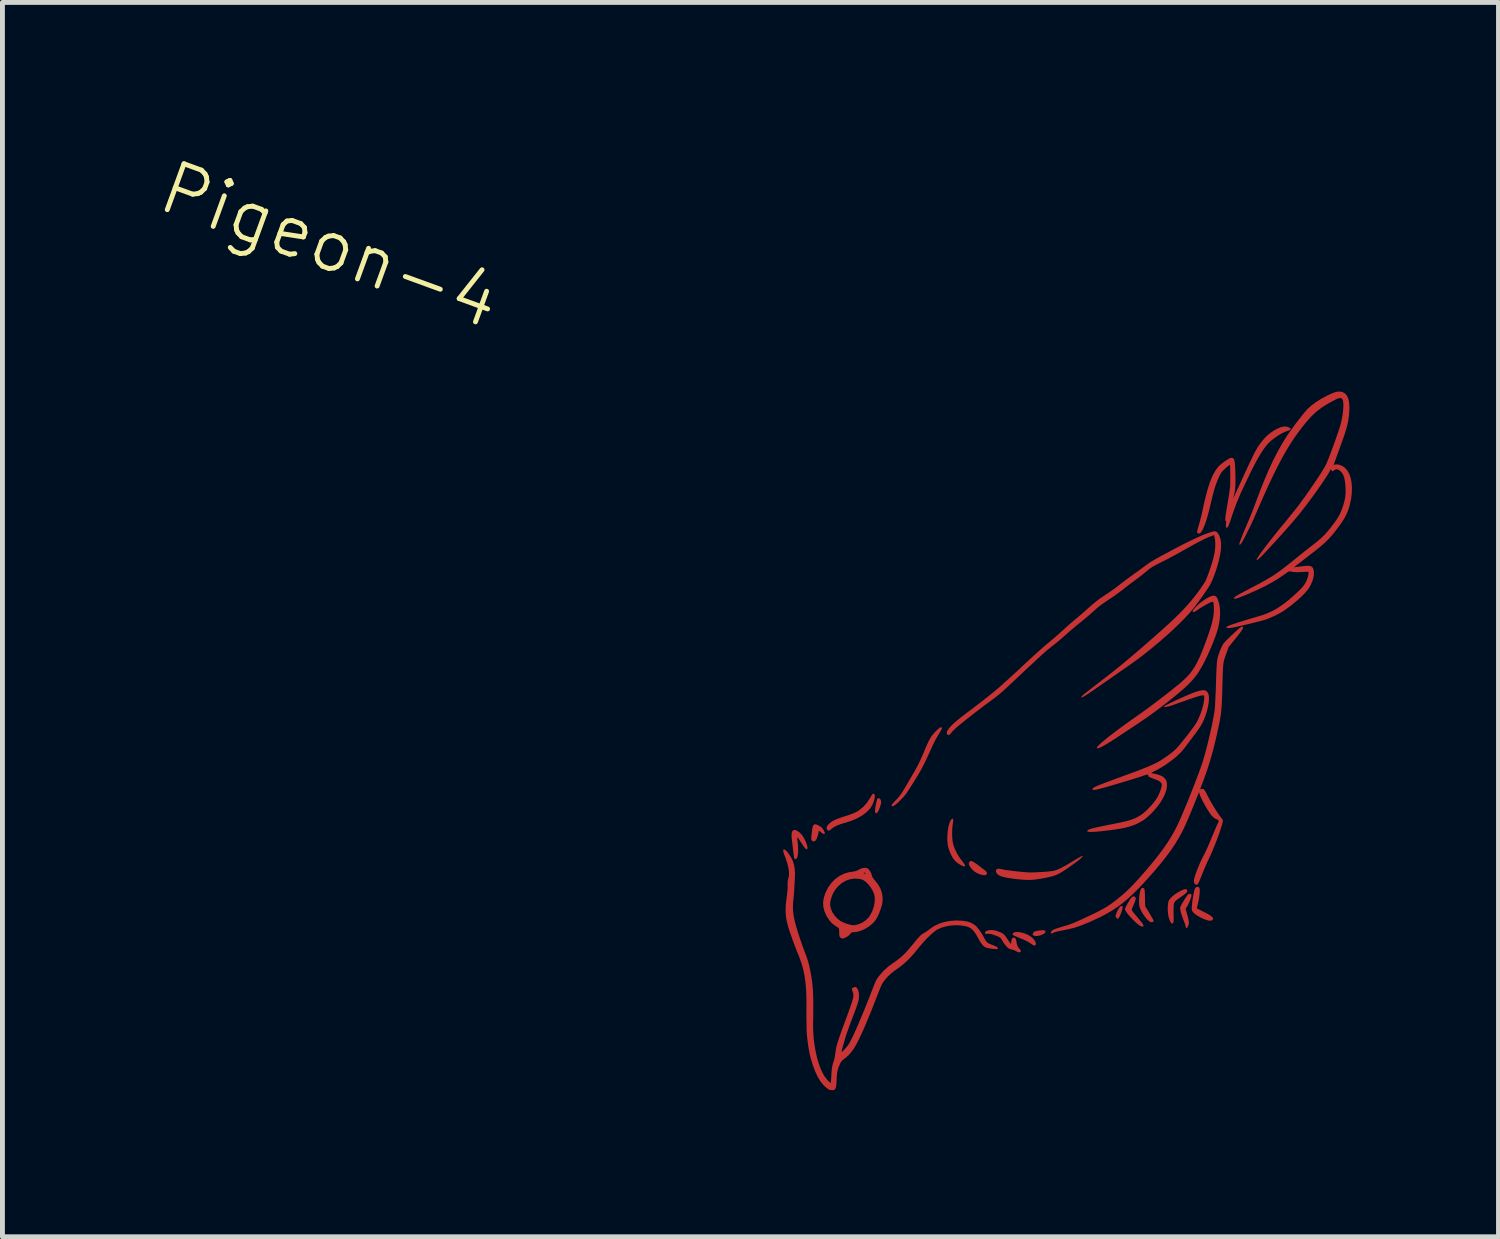
<source format=kicad_pcb>
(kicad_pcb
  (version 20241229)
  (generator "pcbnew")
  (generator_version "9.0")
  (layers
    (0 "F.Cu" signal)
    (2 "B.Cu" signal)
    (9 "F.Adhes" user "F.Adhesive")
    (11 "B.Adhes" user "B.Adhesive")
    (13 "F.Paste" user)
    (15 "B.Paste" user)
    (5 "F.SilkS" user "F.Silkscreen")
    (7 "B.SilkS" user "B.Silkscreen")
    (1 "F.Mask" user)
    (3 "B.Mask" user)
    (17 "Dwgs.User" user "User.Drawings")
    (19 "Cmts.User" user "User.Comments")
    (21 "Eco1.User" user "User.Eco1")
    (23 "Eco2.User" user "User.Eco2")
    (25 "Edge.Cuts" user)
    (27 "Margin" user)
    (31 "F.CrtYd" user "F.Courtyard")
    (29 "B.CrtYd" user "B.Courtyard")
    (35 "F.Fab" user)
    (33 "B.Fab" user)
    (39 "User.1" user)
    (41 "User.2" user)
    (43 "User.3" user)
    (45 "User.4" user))
  (footprint "Pigeon-4"
    (layer "F.Cu")
    (at 19.451 12.777)
    (property "Reference" "Pigeon-4" (at -15.743 -10.808 340) (unlocked yes) (layer "F.SilkS") (effects (font (size 1 1) (thickness 0.1))))
    (attr smd)
    (fp_poly (pts (xy -1.098 3.235) (xy -1.098 3.255) (xy -1.113 3.276) (xy -1.117 3.279) (xy -1.161 3.306) (xy -1.21 3.324) (xy -1.26 3.334) (xy -1.305 3.335) (xy -1.342 3.326) (xy -1.355 3.317) (xy -1.36 3.3) (xy -1.353 3.278) (xy -1.337 3.256) (xy -1.317 3.242) (xy -1.291 3.234) (xy -1.253 3.227) (xy -1.21 3.221) (xy -1.169 3.218) (xy -1.135 3.218) (xy -1.116 3.221)) (stroke (width 0) (type solid)) (fill yes) (layer "F.Cu"))
    (fp_poly (pts (xy 0.483 2.734) (xy 0.483 2.752) (xy 0.477 2.782) (xy 0.465 2.82) (xy 0.451 2.862) (xy 0.434 2.903) (xy 0.418 2.939) (xy 0.403 2.966) (xy 0.392 2.978) (xy 0.391 2.978) (xy 0.374 2.98) (xy 0.362 2.973) (xy 0.348 2.953) (xy 0.347 2.952) (xy 0.34 2.937) (xy 0.338 2.921) (xy 0.343 2.9) (xy 0.355 2.867) (xy 0.359 2.857) (xy 0.383 2.805) (xy 0.408 2.764) (xy 0.432 2.735) (xy 0.454 2.721) (xy 0.473 2.722)) (stroke (width 0) (type solid)) (fill yes) (layer "F.Cu"))
    (fp_poly (pts (xy -4.481 0.532) (xy -4.467 0.56) (xy -4.462 0.595) (xy -4.462 0.595) (xy -4.466 0.626) (xy -4.477 0.667) (xy -4.491 0.711) (xy -4.508 0.753) (xy -4.525 0.788) (xy -4.539 0.809) (xy -4.541 0.81) (xy -4.559 0.823) (xy -4.573 0.82) (xy -4.581 0.811) (xy -4.585 0.795) (xy -4.587 0.769) (xy -4.587 0.764) (xy -4.584 0.731) (xy -4.578 0.689) (xy -4.57 0.644) (xy -4.561 0.6) (xy -4.552 0.563) (xy -4.544 0.536) (xy -4.54 0.528) (xy -4.52 0.514) (xy -4.499 0.516)) (stroke (width 0) (type solid)) (fill yes) (layer "F.Cu"))
    (fp_poly (pts (xy -2.582 1.814) (xy -2.552 1.831) (xy -2.514 1.856) (xy -2.475 1.885) (xy -2.461 1.896) (xy -2.424 1.925) (xy -2.389 1.952) (xy -2.36 1.973) (xy -2.352 1.978) (xy -2.316 2.009) (xy -2.297 2.039) (xy -2.298 2.065) (xy -2.302 2.073) (xy -2.317 2.087) (xy -2.339 2.091) (xy -2.362 2.09) (xy -2.431 2.076) (xy -2.499 2.048) (xy -2.557 2.011) (xy -2.56 2.008) (xy -2.603 1.968) (xy -2.637 1.925) (xy -2.659 1.884) (xy -2.665 1.863) (xy -2.666 1.838) (xy -2.654 1.818) (xy -2.649 1.812) (xy -2.636 1.801) (xy -2.623 1.798) (xy -2.603 1.804)) (stroke (width 0) (type solid)) (fill yes) (layer "F.Cu"))
    (fp_poly (pts (xy -1.448 3.316) (xy -1.399 3.346) (xy -1.393 3.351) (xy -1.353 3.386) (xy -1.322 3.423) (xy -1.302 3.459) (xy -1.293 3.491) (xy -1.297 3.515) (xy -1.308 3.526) (xy -1.319 3.531) (xy -1.332 3.53) (xy -1.349 3.522) (xy -1.376 3.506) (xy -1.412 3.481) (xy -1.46 3.451) (xy -1.524 3.419) (xy -1.604 3.385) (xy -1.665 3.36) (xy -1.71 3.341) (xy -1.741 3.327) (xy -1.76 3.316) (xy -1.769 3.306) (xy -1.771 3.297) (xy -1.768 3.287) (xy -1.766 3.282) (xy -1.746 3.264) (xy -1.712 3.255) (xy -1.668 3.253) (xy -1.616 3.259) (xy -1.559 3.272) (xy -1.502 3.291)) (stroke (width 0) (type solid)) (fill yes) (layer "F.Cu"))
    (fp_poly (pts (xy 0.915 2.357) (xy 0.922 2.363) (xy 0.928 2.375) (xy 0.932 2.396) (xy 0.935 2.428) (xy 0.937 2.474) (xy 0.939 2.536) (xy 0.939 2.546) (xy 0.943 2.724) (xy 1.03 2.867) (xy 1.059 2.916) (xy 1.084 2.959) (xy 1.103 2.994) (xy 1.115 3.017) (xy 1.117 3.025) (xy 1.109 3.042) (xy 1.088 3.052) (xy 1.062 3.052) (xy 1.054 3.05) (xy 1.034 3.038) (xy 1.007 3.016) (xy 0.982 2.994) (xy 0.948 2.954) (xy 0.912 2.905) (xy 0.879 2.851) (xy 0.851 2.799) (xy 0.832 2.753) (xy 0.825 2.727) (xy 0.819 2.678) (xy 0.818 2.617) (xy 0.821 2.551) (xy 0.828 2.488) (xy 0.837 2.434) (xy 0.84 2.423) (xy 0.854 2.38) (xy 0.87 2.356) (xy 0.89 2.349) (xy 0.915 2.357)) (stroke (width 0) (type solid)) (fill yes) (layer "F.Cu"))
    (fp_poly (pts (xy -5.743 1.072) (xy -5.712 1.091) (xy -5.686 1.109) (xy -5.676 1.118) (xy -5.652 1.149) (xy -5.632 1.182) (xy -5.618 1.212) (xy -5.615 1.233) (xy -5.616 1.235) (xy -5.626 1.247) (xy -5.644 1.245) (xy -5.672 1.228) (xy -5.692 1.212) (xy -5.718 1.191) (xy -5.733 1.183) (xy -5.74 1.188) (xy -5.743 1.206) (xy -5.743 1.212) (xy -5.748 1.238) (xy -5.758 1.275) (xy -5.77 1.313) (xy -5.785 1.35) (xy -5.798 1.374) (xy -5.811 1.387) (xy -5.82 1.392) (xy -5.848 1.4) (xy -5.869 1.392) (xy -5.885 1.374) (xy -5.894 1.346) (xy -5.892 1.301) (xy -5.891 1.295) (xy -5.886 1.255) (xy -5.88 1.205) (xy -5.875 1.163) (xy -5.865 1.107) (xy -5.851 1.07) (xy -5.83 1.051) (xy -5.801 1.049) (xy -5.762 1.062)) (stroke (width 0) (type solid)) (fill yes) (layer "F.Cu"))
    (fp_poly (pts (xy -2.987 0.941) (xy -2.985 0.96) (xy -2.988 0.993) (xy -2.996 1.043) (xy -3.005 1.127) (xy -3.009 1.22) (xy -3.007 1.313) (xy -2.999 1.397) (xy -2.998 1.405) (xy -2.98 1.482) (xy -2.948 1.565) (xy -2.906 1.65) (xy -2.857 1.73) (xy -2.817 1.783) (xy -2.782 1.828) (xy -2.759 1.86) (xy -2.747 1.882) (xy -2.745 1.898) (xy -2.751 1.908) (xy -2.752 1.908) (xy -2.768 1.91) (xy -2.796 1.9) (xy -2.834 1.882) (xy -2.876 1.856) (xy -2.883 1.851) (xy -2.93 1.815) (xy -2.968 1.774) (xy -3.002 1.726) (xy -3.034 1.665) (xy -3.049 1.63) (xy -3.078 1.555) (xy -3.095 1.486) (xy -3.102 1.439) (xy -3.107 1.366) (xy -3.106 1.291) (xy -3.101 1.216) (xy -3.092 1.144) (xy -3.079 1.079) (xy -3.063 1.022) (xy -3.044 0.977) (xy -3.024 0.947) (xy -3.008 0.937) (xy -2.995 0.934)) (stroke (width 0) (type solid)) (fill yes) (layer "F.Cu"))
    (fp_poly (pts (xy 1.882 2.48) (xy 1.89 2.488) (xy 1.892 2.505) (xy 1.886 2.535) (xy 1.874 2.574) (xy 1.857 2.619) (xy 1.836 2.666) (xy 1.813 2.71) (xy 1.806 2.722) (xy 1.771 2.779) (xy 1.802 2.89) (xy 1.819 2.955) (xy 1.831 3.005) (xy 1.837 3.043) (xy 1.838 3.073) (xy 1.834 3.099) (xy 1.825 3.125) (xy 1.823 3.131) (xy 1.806 3.163) (xy 1.792 3.176) (xy 1.78 3.169) (xy 1.773 3.144) (xy 1.773 3.142) (xy 1.767 3.116) (xy 1.755 3.079) (xy 1.74 3.038) (xy 1.736 3.03) (xy 1.713 2.971) (xy 1.693 2.912) (xy 1.676 2.856) (xy 1.665 2.808) (xy 1.659 2.772) (xy 1.659 2.756) (xy 1.667 2.734) (xy 1.683 2.7) (xy 1.705 2.659) (xy 1.732 2.615) (xy 1.759 2.571) (xy 1.786 2.531) (xy 1.809 2.5) (xy 1.827 2.48) (xy 1.833 2.476) (xy 1.861 2.469)) (stroke (width 0) (type solid)) (fill yes) (layer "F.Cu"))
    (fp_poly (pts (xy 2.044 2.338) (xy 2.054 2.352) (xy 2.06 2.377) (xy 2.061 2.418) (xy 2.058 2.472) (xy 2.05 2.536) (xy 2.038 2.606) (xy 2.022 2.68) (xy 2.015 2.71) (xy 2 2.77) (xy 2.037 2.789) (xy 2.063 2.801) (xy 2.099 2.819) (xy 2.142 2.841) (xy 2.166 2.852) (xy 2.237 2.89) (xy 2.288 2.923) (xy 2.321 2.952) (xy 2.334 2.978) (xy 2.329 2.999) (xy 2.317 3.01) (xy 2.288 3.021) (xy 2.248 3.021) (xy 2.196 3.007) (xy 2.13 2.981) (xy 2.078 2.957) (xy 2.005 2.916) (xy 1.95 2.876) (xy 1.916 2.839) (xy 1.906 2.821) (xy 1.899 2.799) (xy 1.897 2.769) (xy 1.898 2.729) (xy 1.904 2.673) (xy 1.904 2.666) (xy 1.916 2.581) (xy 1.928 2.506) (xy 1.94 2.443) (xy 1.953 2.393) (xy 1.965 2.36) (xy 1.97 2.352) (xy 1.993 2.332) (xy 2.02 2.328)) (stroke (width 0) (type solid)) (fill yes) (layer "F.Cu"))
    (fp_poly (pts (xy 1.801 2.393) (xy 1.804 2.408) (xy 1.803 2.423) (xy 1.797 2.437) (xy 1.783 2.454) (xy 1.76 2.474) (xy 1.724 2.501) (xy 1.675 2.536) (xy 1.666 2.542) (xy 1.616 2.577) (xy 1.58 2.604) (xy 1.556 2.627) (xy 1.541 2.65) (xy 1.532 2.675) (xy 1.528 2.706) (xy 1.526 2.745) (xy 1.525 2.797) (xy 1.525 2.858) (xy 1.526 2.918) (xy 1.526 2.941) (xy 1.527 2.986) (xy 1.525 3.026) (xy 1.522 3.054) (xy 1.519 3.065) (xy 1.504 3.081) (xy 1.486 3.078) (xy 1.467 3.055) (xy 1.446 3.015) (xy 1.444 3.012) (xy 1.421 2.937) (xy 1.408 2.851) (xy 1.405 2.757) (xy 1.409 2.703) (xy 1.414 2.661) (xy 1.419 2.632) (xy 1.426 2.612) (xy 1.438 2.593) (xy 1.45 2.576) (xy 1.495 2.528) (xy 1.554 2.48) (xy 1.625 2.435) (xy 1.68 2.406) (xy 1.73 2.384) (xy 1.766 2.375) (xy 1.789 2.378)) (stroke (width 0) (type solid)) (fill yes) (layer "F.Cu"))
    (fp_poly (pts (xy -4.6 0.432) (xy -4.592 0.463) (xy -4.594 0.505) (xy -4.605 0.556) (xy -4.624 0.61) (xy -4.649 0.664) (xy -4.679 0.712) (xy -4.69 0.727) (xy -4.764 0.803) (xy -4.856 0.872) (xy -4.965 0.932) (xy -5.089 0.983) (xy -5.194 1.016) (xy -5.285 1.043) (xy -5.359 1.07) (xy -5.417 1.099) (xy -5.463 1.129) (xy -5.481 1.145) (xy -5.508 1.167) (xy -5.528 1.177) (xy -5.544 1.176) (xy -5.546 1.176) (xy -5.566 1.16) (xy -5.575 1.141) (xy -5.579 1.115) (xy -5.571 1.09) (xy -5.551 1.062) (xy -5.528 1.037) (xy -5.487 1.003) (xy -5.435 0.971) (xy -5.37 0.941) (xy -5.288 0.911) (xy -5.246 0.897) (xy -5.159 0.87) (xy -5.089 0.846) (xy -5.033 0.824) (xy -4.986 0.804) (xy -4.947 0.783) (xy -4.921 0.766) (xy -4.835 0.699) (xy -4.76 0.617) (xy -4.694 0.519) (xy -4.666 0.47) (xy -4.645 0.437) (xy -4.625 0.421) (xy -4.608 0.423)) (stroke (width 0) (type solid)) (fill yes) (layer "F.Cu"))
    (fp_poly (pts (xy 0.739 2.538) (xy 0.749 2.555) (xy 0.749 2.581) (xy 0.739 2.618) (xy 0.72 2.664) (xy 0.703 2.706) (xy 0.687 2.743) (xy 0.675 2.77) (xy 0.672 2.778) (xy 0.669 2.788) (xy 0.669 2.799) (xy 0.674 2.813) (xy 0.686 2.832) (xy 0.707 2.859) (xy 0.737 2.896) (xy 0.775 2.94) (xy 0.824 2.999) (xy 0.86 3.044) (xy 0.886 3.078) (xy 0.902 3.103) (xy 0.909 3.12) (xy 0.909 3.132) (xy 0.902 3.139) (xy 0.879 3.142) (xy 0.847 3.13) (xy 0.806 3.102) (xy 0.793 3.093) (xy 0.751 3.057) (xy 0.706 3.014) (xy 0.661 2.968) (xy 0.619 2.922) (xy 0.583 2.878) (xy 0.555 2.84) (xy 0.537 2.81) (xy 0.533 2.8) (xy 0.531 2.787) (xy 0.533 2.773) (xy 0.539 2.755) (xy 0.552 2.729) (xy 0.572 2.691) (xy 0.588 2.663) (xy 0.622 2.606) (xy 0.649 2.565) (xy 0.673 2.539) (xy 0.693 2.526) (xy 0.712 2.525) (xy 0.718 2.526)) (stroke (width 0) (type solid)) (fill yes) (layer "F.Cu"))
    (fp_poly (pts (xy -6.191 1.176) (xy -6.132 1.215) (xy -6.079 1.272) (xy -6.032 1.348) (xy -5.991 1.441) (xy -5.988 1.451) (xy -5.974 1.497) (xy -5.969 1.532) (xy -5.973 1.554) (xy -5.986 1.561) (xy -6.003 1.553) (xy -6.018 1.539) (xy -6.039 1.512) (xy -6.065 1.475) (xy -6.09 1.438) (xy -6.125 1.384) (xy -6.15 1.346) (xy -6.167 1.325) (xy -6.176 1.319) (xy -6.18 1.329) (xy -6.179 1.354) (xy -6.174 1.394) (xy -6.171 1.415) (xy -6.165 1.481) (xy -6.162 1.547) (xy -6.162 1.61) (xy -6.166 1.665) (xy -6.174 1.709) (xy -6.184 1.738) (xy -6.187 1.743) (xy -6.208 1.759) (xy -6.228 1.76) (xy -6.241 1.744) (xy -6.241 1.744) (xy -6.244 1.729) (xy -6.249 1.698) (xy -6.254 1.656) (xy -6.261 1.606) (xy -6.263 1.59) (xy -6.27 1.53) (xy -6.277 1.466) (xy -6.284 1.406) (xy -6.29 1.359) (xy -6.29 1.359) (xy -6.296 1.292) (xy -6.295 1.241) (xy -6.288 1.205) (xy -6.273 1.181) (xy -6.257 1.17) (xy -6.234 1.163) (xy -6.21 1.167)) (stroke (width 0) (type solid)) (fill yes) (layer "F.Cu"))
    (fp_poly (pts (xy -1.997 3.27) (xy -1.961 3.292) (xy -1.951 3.299) (xy -1.932 3.321) (xy -1.907 3.353) (xy -1.882 3.39) (xy -1.878 3.397) (xy -1.855 3.431) (xy -1.835 3.461) (xy -1.82 3.481) (xy -1.818 3.484) (xy -1.806 3.495) (xy -1.802 3.489) (xy -1.801 3.477) (xy -1.794 3.422) (xy -1.781 3.386) (xy -1.76 3.368) (xy -1.749 3.366) (xy -1.723 3.373) (xy -1.705 3.396) (xy -1.695 3.437) (xy -1.694 3.442) (xy -1.682 3.508) (xy -1.661 3.558) (xy -1.631 3.597) (xy -1.63 3.598) (xy -1.606 3.626) (xy -1.6 3.647) (xy -1.611 3.662) (xy -1.62 3.667) (xy -1.636 3.671) (xy -1.657 3.666) (xy -1.687 3.653) (xy -1.69 3.651) (xy -1.723 3.635) (xy -1.744 3.624) (xy -1.761 3.618) (xy -1.779 3.614) (xy -1.802 3.609) (xy -1.83 3.601) (xy -1.853 3.588) (xy -1.879 3.566) (xy -1.892 3.553) (xy -1.923 3.517) (xy -1.953 3.476) (xy -1.969 3.45) (xy -1.991 3.413) (xy -2.01 3.386) (xy -2.031 3.366) (xy -2.058 3.35) (xy -2.096 3.334) (xy -2.13 3.322) (xy -2.179 3.305) (xy -2.216 3.294) (xy -2.245 3.29) (xy -2.273 3.29) (xy -2.279 3.29) (xy -2.311 3.292) (xy -2.327 3.289) (xy -2.335 3.28) (xy -2.336 3.278) (xy -2.335 3.257) (xy -2.316 3.239) (xy -2.285 3.224) (xy -2.242 3.215) (xy -2.194 3.213) (xy -2.15 3.218) (xy -2.098 3.231) (xy -2.045 3.249)) (stroke (width 0) (type solid)) (fill yes) (layer "F.Cu"))
    (fp_poly (pts (xy -0.338 1.702) (xy -0.344 1.716) (xy -0.366 1.739) (xy -0.404 1.772) (xy -0.459 1.815) (xy -0.487 1.836) (xy -0.592 1.911) (xy -0.682 1.973) (xy -0.758 2.022) (xy -0.82 2.058) (xy -0.869 2.082) (xy -0.875 2.084) (xy -0.94 2.107) (xy -1.02 2.128) (xy -1.109 2.147) (xy -1.201 2.164) (xy -1.292 2.177) (xy -1.375 2.185) (xy -1.447 2.188) (xy -1.458 2.188) (xy -1.536 2.184) (xy -1.617 2.178) (xy -1.699 2.169) (xy -1.778 2.159) (xy -1.852 2.148) (xy -1.918 2.136) (xy -1.973 2.123) (xy -2.014 2.11) (xy -2.039 2.099) (xy -2.039 2.098) (xy -2.053 2.089) (xy -2.071 2.077) (xy -2.097 2.052) (xy -2.11 2.023) (xy -2.111 1.995) (xy -2.098 1.971) (xy -2.074 1.959) (xy -2.051 1.958) (xy -2.017 1.963) (xy -1.981 1.97) (xy -1.947 1.978) (xy -1.897 1.986) (xy -1.835 1.994) (xy -1.765 2.003) (xy -1.69 2.012) (xy -1.614 2.019) (xy -1.542 2.026) (xy -1.477 2.031) (xy -1.423 2.034) (xy -1.388 2.034) (xy -1.333 2.033) (xy -1.268 2.03) (xy -1.198 2.026) (xy -1.127 2.022) (xy -1.06 2.016) (xy -1.002 2.011) (xy -0.957 2.005) (xy -0.944 2.003) (xy -0.904 1.994) (xy -0.856 1.977) (xy -0.801 1.952) (xy -0.736 1.919) (xy -0.658 1.876) (xy -0.567 1.822) (xy -0.534 1.802) (xy -0.481 1.77) (xy -0.434 1.742) (xy -0.394 1.72) (xy -0.365 1.704) (xy -0.35 1.697) (xy -0.348 1.697)) (stroke (width 0) (type solid)) (fill yes) (layer "F.Cu"))
    (fp_poly (pts (xy -3.222 -0.933) (xy -3.218 -0.924) (xy -3.221 -0.907) (xy -3.232 -0.882) (xy -3.252 -0.846) (xy -3.282 -0.796) (xy -3.294 -0.776) (xy -3.326 -0.723) (xy -3.36 -0.661) (xy -3.392 -0.597) (xy -3.412 -0.555) (xy -3.458 -0.454) (xy -3.497 -0.368) (xy -3.531 -0.295) (xy -3.561 -0.233) (xy -3.587 -0.178) (xy -3.612 -0.13) (xy -3.636 -0.085) (xy -3.661 -0.04) (xy -3.688 0.006) (xy -3.718 0.057) (xy -3.753 0.114) (xy -3.758 0.121) (xy -3.798 0.187) (xy -3.839 0.252) (xy -3.877 0.312) (xy -3.911 0.364) (xy -3.938 0.405) (xy -3.955 0.429) (xy -3.99 0.472) (xy -4.035 0.521) (xy -4.085 0.572) (xy -4.135 0.618) (xy -4.181 0.655) (xy -4.196 0.666) (xy -4.22 0.678) (xy -4.239 0.68) (xy -4.248 0.67) (xy -4.247 0.664) (xy -4.242 0.648) (xy -4.232 0.632) (xy -4.215 0.611) (xy -4.188 0.582) (xy -4.165 0.559) (xy -4.14 0.533) (xy -4.117 0.508) (xy -4.096 0.482) (xy -4.074 0.454) (xy -4.051 0.421) (xy -4.025 0.382) (xy -3.995 0.335) (xy -3.961 0.278) (xy -3.921 0.21) (xy -3.873 0.127) (xy -3.816 0.03) (xy -3.814 0.026) (xy -3.771 -0.049) (xy -3.735 -0.114) (xy -3.703 -0.174) (xy -3.674 -0.234) (xy -3.644 -0.298) (xy -3.612 -0.371) (xy -3.576 -0.456) (xy -3.566 -0.48) (xy -3.53 -0.565) (xy -3.498 -0.635) (xy -3.469 -0.692) (xy -3.44 -0.741) (xy -3.409 -0.783) (xy -3.375 -0.823) (xy -3.336 -0.864) (xy -3.325 -0.874) (xy -3.289 -0.907) (xy -3.264 -0.928) (xy -3.245 -0.937) (xy -3.233 -0.937)) (stroke (width 0) (type solid)) (fill yes) (layer "F.Cu"))
    (fp_poly (pts (xy 2.402 -3.608) (xy 2.422 -3.576) (xy 2.428 -3.563) (xy 2.458 -3.473) (xy 2.474 -3.37) (xy 2.478 -3.257) (xy 2.468 -3.136) (xy 2.446 -3.01) (xy 2.427 -2.934) (xy 2.406 -2.868) (xy 2.378 -2.789) (xy 2.344 -2.7) (xy 2.306 -2.605) (xy 2.265 -2.509) (xy 2.223 -2.415) (xy 2.181 -2.328) (xy 2.176 -2.317) (xy 2.117 -2.204) (xy 2.061 -2.106) (xy 2.005 -2.02) (xy 1.945 -1.943) (xy 1.881 -1.87) (xy 1.808 -1.797) (xy 1.808 -1.797) (xy 1.741 -1.736) (xy 1.661 -1.666) (xy 1.569 -1.589) (xy 1.47 -1.509) (xy 1.366 -1.426) (xy 1.26 -1.344) (xy 1.154 -1.265) (xy 1.057 -1.194) (xy 1.028 -1.173) (xy 0.999 -1.153) (xy 0.967 -1.13) (xy 0.93 -1.105) (xy 0.888 -1.077) (xy 0.839 -1.044) (xy 0.782 -1.005) (xy 0.714 -0.96) (xy 0.635 -0.907) (xy 0.542 -0.846) (xy 0.435 -0.775) (xy 0.405 -0.755) (xy 0.306 -0.69) (xy 0.221 -0.636) (xy 0.15 -0.593) (xy 0.091 -0.559) (xy 0.046 -0.535) (xy 0 -0.515) (xy -0.03 -0.506) (xy -0.045 -0.509) (xy -0.045 -0.523) (xy -0.045 -0.523) (xy -0.031 -0.545) (xy -0.001 -0.576) (xy 0.042 -0.616) (xy 0.099 -0.665) (xy 0.168 -0.722) (xy 0.249 -0.785) (xy 0.339 -0.854) (xy 0.438 -0.927) (xy 0.544 -1.005) (xy 0.658 -1.086) (xy 0.744 -1.146) (xy 0.844 -1.217) (xy 0.952 -1.295) (xy 1.064 -1.377) (xy 1.177 -1.462) (xy 1.289 -1.547) (xy 1.397 -1.631) (xy 1.498 -1.71) (xy 1.588 -1.783) (xy 1.666 -1.847) (xy 1.68 -1.859) (xy 1.747 -1.92) (xy 1.808 -1.98) (xy 1.862 -2.042) (xy 1.912 -2.109) (xy 1.96 -2.182) (xy 2.005 -2.263) (xy 2.05 -2.355) (xy 2.096 -2.461) (xy 2.143 -2.581) (xy 2.189 -2.703) (xy 2.233 -2.824) (xy 2.268 -2.93) (xy 2.297 -3.022) (xy 2.318 -3.104) (xy 2.334 -3.178) (xy 2.344 -3.245) (xy 2.349 -3.31) (xy 2.35 -3.374) (xy 2.347 -3.43) (xy 2.343 -3.473) (xy 2.337 -3.498) (xy 2.325 -3.509) (xy 2.305 -3.506) (xy 2.274 -3.492) (xy 2.269 -3.49) (xy 2.196 -3.452) (xy 2.121 -3.408) (xy 2.049 -3.364) (xy 2.003 -3.332) (xy 1.963 -3.306) (xy 1.934 -3.296) (xy 1.919 -3.3) (xy 1.915 -3.314) (xy 1.922 -3.332) (xy 1.942 -3.359) (xy 1.972 -3.393) (xy 2.009 -3.429) (xy 2.049 -3.466) (xy 2.091 -3.501) (xy 2.123 -3.525) (xy 2.196 -3.572) (xy 2.256 -3.606) (xy 2.305 -3.626) (xy 2.344 -3.633) (xy 2.376 -3.627)) (stroke (width 0) (type solid)) (fill yes) (layer "F.Cu"))
    (fp_poly (pts (xy -4.73 1.957) (xy -4.707 1.981) (xy -4.683 2.018) (xy -4.663 2.06) (xy -4.65 2.1) (xy -4.647 2.112) (xy -4.639 2.131) (xy -4.621 2.158) (xy -4.597 2.189) (xy -4.593 2.193) (xy -4.524 2.28) (xy -4.474 2.369) (xy -4.444 2.461) (xy -4.431 2.558) (xy -4.431 2.584) (xy -4.433 2.623) (xy -4.437 2.66) (xy -4.446 2.7) (xy -4.46 2.749) (xy -4.472 2.786) (xy -4.504 2.873) (xy -4.537 2.945) (xy -4.574 3.006) (xy -4.618 3.06) (xy -4.639 3.081) (xy -4.698 3.131) (xy -4.767 3.176) (xy -4.84 3.213) (xy -4.914 3.24) (xy -4.982 3.255) (xy -5.015 3.257) (xy -5.048 3.259) (xy -5.069 3.265) (xy -5.086 3.281) (xy -5.099 3.297) (xy -5.127 3.326) (xy -5.163 3.352) (xy -5.202 3.373) (xy -5.238 3.385) (xy -5.258 3.387) (xy -5.284 3.377) (xy -5.302 3.363) (xy -5.313 3.343) (xy -5.319 3.313) (xy -5.32 3.267) (xy -5.32 3.264) (xy -5.321 3.226) (xy -5.324 3.195) (xy -5.327 3.182) (xy -5.2 3.228) (xy -5.198 3.235) (xy -5.191 3.232) (xy -5.194 3.225) (xy -5.2 3.228) (xy -5.327 3.182) (xy -5.329 3.176) (xy -5.33 3.175) (xy -5.344 3.164) (xy -5.369 3.147) (xy -5.391 3.134) (xy -5.459 3.084) (xy -5.52 3.017) (xy -5.574 2.935) (xy -5.586 2.913) (xy -5.625 2.821) (xy -5.646 2.732) (xy -5.65 2.644) (xy -5.636 2.553) (xy -5.608 2.469) (xy -5.47 2.519) (xy -5.49 2.583) (xy -5.503 2.644) (xy -5.507 2.696) (xy -5.506 2.705) (xy -5.49 2.778) (xy -5.458 2.852) (xy -5.412 2.921) (xy -5.355 2.982) (xy -5.291 3.03) (xy -5.287 3.032) (xy -5.236 3.058) (xy -5.179 3.08) (xy -5.12 3.099) (xy -5.065 3.111) (xy -5.021 3.115) (xy -5.008 3.114) (xy -4.93 3.097) (xy -4.853 3.064) (xy -4.782 3.017) (xy -4.722 2.96) (xy -4.694 2.922) (xy -4.645 2.831) (xy -4.611 2.734) (xy -4.594 2.635) (xy -4.593 2.54) (xy -4.593 2.539) (xy -4.606 2.477) (xy -4.634 2.41) (xy -4.673 2.344) (xy -4.72 2.282) (xy -4.773 2.229) (xy -4.789 2.217) (xy -4.82 2.195) (xy -4.846 2.182) (xy -4.877 2.173) (xy -4.907 2.167) (xy -5.004 2.16) (xy -5.097 2.173) (xy -5.186 2.204) (xy -5.269 2.253) (xy -5.344 2.319) (xy -5.411 2.401) (xy -5.414 2.405) (xy -5.444 2.458) (xy -5.47 2.519) (xy -5.608 2.469) (xy -5.604 2.456) (xy -5.598 2.441) (xy -5.545 2.338) (xy -5.48 2.248) (xy -5.404 2.17) (xy -5.319 2.108) (xy -5.226 2.061) (xy -5.129 2.031) (xy -5.076 2.023) (xy -5.021 2.015) (xy -4.976 2.004) (xy -4.952 1.993) (xy -4.817 2.043) (xy -4.816 2.051) (xy -4.801 2.059) (xy -4.784 2.062) (xy -4.779 2.056) (xy -4.79 2.043) (xy -4.795 2.04) (xy -4.812 2.04) (xy -4.817 2.043) (xy -4.952 1.993) (xy -4.935 1.986) (xy -4.92 1.978) (xy -4.857 1.949) (xy -4.802 1.938) (xy -4.755 1.944)) (stroke (width 0) (type solid)) (fill yes) (layer "F.Cu"))
    (fp_poly (pts (xy 3.904 -7.068) (xy 3.918 -7.057) (xy 3.92 -7.045) (xy 3.92 -7.04) (xy 3.909 -7.024) (xy 3.883 -7.013) (xy 3.87 -7.009) (xy 3.811 -6.989) (xy 3.742 -6.956) (xy 3.67 -6.914) (xy 3.598 -6.865) (xy 3.53 -6.812) (xy 3.471 -6.758) (xy 3.452 -6.737) (xy 3.41 -6.687) (xy 3.368 -6.631) (xy 3.325 -6.566) (xy 3.279 -6.491) (xy 3.23 -6.405) (xy 3.177 -6.306) (xy 3.119 -6.192) (xy 3.056 -6.061) (xy 3.028 -6.004) (xy 2.976 -5.894) (xy 2.932 -5.8) (xy 2.894 -5.717) (xy 2.862 -5.642) (xy 2.833 -5.573) (xy 2.806 -5.506) (xy 2.781 -5.439) (xy 2.756 -5.368) (xy 2.729 -5.29) (xy 2.725 -5.279) (xy 2.7 -5.204) (xy 2.68 -5.145) (xy 2.664 -5.102) (xy 2.652 -5.07) (xy 2.643 -5.049) (xy 2.635 -5.036) (xy 2.628 -5.029) (xy 2.623 -5.026) (xy 2.607 -5.024) (xy 2.598 -5.035) (xy 2.597 -5.041) (xy 2.595 -5.064) (xy 2.597 -5.096) (xy 2.599 -5.107) (xy 2.603 -5.141) (xy 2.595 -5.16) (xy 2.594 -5.161) (xy 2.588 -5.166) (xy 2.584 -5.175) (xy 2.583 -5.188) (xy 2.583 -5.208) (xy 2.586 -5.238) (xy 2.591 -5.278) (xy 2.599 -5.331) (xy 2.61 -5.398) (xy 2.624 -5.483) (xy 2.633 -5.53) (xy 2.645 -5.607) (xy 2.657 -5.681) (xy 2.667 -5.749) (xy 2.675 -5.808) (xy 2.681 -5.854) (xy 2.683 -5.885) (xy 2.684 -5.886) (xy 2.684 -5.919) (xy 2.685 -5.963) (xy 2.685 -6.016) (xy 2.685 -6.073) (xy 2.685 -6.13) (xy 2.684 -6.186) (xy 2.684 -6.235) (xy 2.683 -6.275) (xy 2.682 -6.302) (xy 2.681 -6.312) (xy 2.673 -6.309) (xy 2.654 -6.296) (xy 2.627 -6.275) (xy 2.597 -6.249) (xy 2.566 -6.22) (xy 2.537 -6.194) (xy 2.516 -6.171) (xy 2.508 -6.161) (xy 2.487 -6.127) (xy 2.462 -6.078) (xy 2.435 -6.018) (xy 2.408 -5.951) (xy 2.383 -5.881) (xy 2.36 -5.811) (xy 2.345 -5.756) (xy 2.333 -5.71) (xy 2.318 -5.65) (xy 2.301 -5.581) (xy 2.283 -5.508) (xy 2.266 -5.435) (xy 2.263 -5.422) (xy 2.231 -5.298) (xy 2.2 -5.19) (xy 2.169 -5.098) (xy 2.139 -5.023) (xy 2.111 -4.965) (xy 2.084 -4.926) (xy 2.058 -4.906) (xy 2.053 -4.905) (xy 2.027 -4.906) (xy 2.009 -4.921) (xy 2.005 -4.932) (xy 2.007 -4.948) (xy 2.014 -4.979) (xy 2.026 -5.021) (xy 2.04 -5.07) (xy 2.044 -5.084) (xy 2.062 -5.144) (xy 2.08 -5.216) (xy 2.099 -5.291) (xy 2.114 -5.36) (xy 2.117 -5.374) (xy 2.154 -5.544) (xy 2.191 -5.696) (xy 2.228 -5.83) (xy 2.266 -5.947) (xy 2.306 -6.048) (xy 2.348 -6.135) (xy 2.391 -6.207) (xy 2.437 -6.268) (xy 2.439 -6.269) (xy 2.47 -6.301) (xy 2.51 -6.335) (xy 2.554 -6.369) (xy 2.6 -6.401) (xy 2.642 -6.427) (xy 2.677 -6.446) (xy 2.7 -6.453) (xy 2.722 -6.453) (xy 2.74 -6.448) (xy 2.755 -6.436) (xy 2.766 -6.414) (xy 2.774 -6.382) (xy 2.78 -6.336) (xy 2.785 -6.276) (xy 2.788 -6.2) (xy 2.79 -6.127) (xy 2.792 -6.022) (xy 2.791 -5.933) (xy 2.788 -5.858) (xy 2.781 -5.792) (xy 2.772 -5.732) (xy 2.758 -5.675) (xy 2.741 -5.619) (xy 2.741 -5.617) (xy 2.748 -5.63) (xy 2.762 -5.659) (xy 2.782 -5.7) (xy 2.806 -5.751) (xy 2.834 -5.813) (xy 2.846 -5.838) (xy 2.909 -5.976) (xy 2.965 -6.098) (xy 3.014 -6.205) (xy 3.057 -6.297) (xy 3.095 -6.377) (xy 3.128 -6.446) (xy 3.156 -6.505) (xy 3.182 -6.555) (xy 3.204 -6.597) (xy 3.225 -6.634) (xy 3.244 -6.667) (xy 3.263 -6.696) (xy 3.282 -6.723) (xy 3.301 -6.75) (xy 3.322 -6.778) (xy 3.33 -6.789) (xy 3.41 -6.881) (xy 3.498 -6.958) (xy 3.599 -7.025) (xy 3.644 -7.049) (xy 3.717 -7.08) (xy 3.781 -7.095) (xy 3.838 -7.093) (xy 3.876 -7.082)) (stroke (width 0) (type solid)) (fill yes) (layer "F.Cu"))
    (fp_poly (pts (xy 2.215 -1.663) (xy 2.234 -1.628) (xy 2.238 -1.618) (xy 2.248 -1.571) (xy 2.249 -1.508) (xy 2.243 -1.435) (xy 2.228 -1.353) (xy 2.207 -1.267) (xy 2.179 -1.179) (xy 2.177 -1.175) (xy 2.148 -1.098) (xy 2.115 -1.029) (xy 2.078 -0.962) (xy 2.032 -0.892) (xy 1.975 -0.814) (xy 1.971 -0.808) (xy 1.933 -0.759) (xy 1.889 -0.7) (xy 1.845 -0.641) (xy 1.806 -0.589) (xy 1.769 -0.54) (xy 1.73 -0.491) (xy 1.693 -0.447) (xy 1.663 -0.413) (xy 1.659 -0.41) (xy 1.587 -0.341) (xy 1.5 -0.27) (xy 1.404 -0.2) (xy 1.304 -0.134) (xy 1.204 -0.075) (xy 1.144 -0.044) (xy 1.104 -0.024) (xy 1.08 -0.011) (xy 1.071 -0.003) (xy 1.073 0.002) (xy 1.081 0.003) (xy 1.121 0.01) (xy 1.168 0.021) (xy 1.217 0.035) (xy 1.26 0.05) (xy 1.291 0.064) (xy 1.295 0.066) (xy 1.339 0.101) (xy 1.369 0.139) (xy 1.385 0.185) (xy 1.39 0.244) (xy 1.389 0.27) (xy 1.377 0.347) (xy 1.348 0.432) (xy 1.304 0.522) (xy 1.246 0.615) (xy 1.174 0.709) (xy 1.09 0.804) (xy 1.054 0.84) (xy 0.999 0.892) (xy 0.95 0.934) (xy 0.901 0.968) (xy 0.847 1) (xy 0.794 1.028) (xy 0.735 1.055) (xy 0.67 1.079) (xy 0.6 1.101) (xy 0.521 1.121) (xy 0.431 1.138) (xy 0.328 1.155) (xy 0.209 1.171) (xy 0.073 1.187) (xy 0.065 1.188) (xy -0.031 1.197) (xy -0.107 1.203) (xy -0.166 1.205) (xy -0.208 1.203) (xy -0.233 1.198) (xy -0.243 1.188) (xy -0.243 1.182) (xy -0.238 1.173) (xy -0.227 1.165) (xy -0.211 1.156) (xy -0.186 1.147) (xy -0.152 1.136) (xy -0.107 1.125) (xy -0.05 1.111) (xy 0.021 1.096) (xy 0.108 1.078) (xy 0.212 1.057) (xy 0.3 1.039) (xy 0.401 1.019) (xy 0.484 1.001) (xy 0.553 0.984) (xy 0.611 0.969) (xy 0.66 0.954) (xy 0.703 0.938) (xy 0.742 0.921) (xy 0.765 0.91) (xy 0.831 0.874) (xy 0.888 0.836) (xy 0.942 0.791) (xy 1 0.735) (xy 1.007 0.727) (xy 1.072 0.658) (xy 1.124 0.596) (xy 1.166 0.539) (xy 1.2 0.484) (xy 1.228 0.425) (xy 1.25 0.371) (xy 1.271 0.31) (xy 1.282 0.262) (xy 1.282 0.225) (xy 1.268 0.196) (xy 1.24 0.171) (xy 1.197 0.147) (xy 1.135 0.123) (xy 1.122 0.118) (xy 1.071 0.099) (xy 1.036 0.083) (xy 1.015 0.07) (xy 1.005 0.058) (xy 1.004 0.044) (xy 1.006 0.037) (xy 1.005 0.03) (xy 0.995 0.029) (xy 0.975 0.032) (xy 0.943 0.042) (xy 0.895 0.057) (xy 0.864 0.068) (xy 0.817 0.083) (xy 0.755 0.103) (xy 0.682 0.126) (xy 0.6 0.151) (xy 0.512 0.178) (xy 0.422 0.205) (xy 0.333 0.231) (xy 0.247 0.256) (xy 0.169 0.279) (xy 0.1 0.299) (xy 0.045 0.314) (xy 0.008 0.324) (xy -0.051 0.337) (xy -0.096 0.343) (xy -0.126 0.342) (xy -0.14 0.335) (xy -0.137 0.322) (xy -0.115 0.302) (xy -0.108 0.297) (xy -0.094 0.288) (xy -0.073 0.278) (xy -0.044 0.265) (xy -0.007 0.249) (xy 0.041 0.23) (xy 0.1 0.207) (xy 0.172 0.18) (xy 0.258 0.148) (xy 0.359 0.11) (xy 0.477 0.067) (xy 0.553 0.039) (xy 0.685 -0.009) (xy 0.8 -0.052) (xy 0.899 -0.091) (xy 0.985 -0.125) (xy 1.059 -0.157) (xy 1.122 -0.186) (xy 1.178 -0.213) (xy 1.226 -0.239) (xy 1.254 -0.255) (xy 1.34 -0.311) (xy 1.424 -0.37) (xy 1.501 -0.43) (xy 1.565 -0.486) (xy 1.571 -0.492) (xy 1.6 -0.523) (xy 1.638 -0.566) (xy 1.682 -0.619) (xy 1.731 -0.68) (xy 1.783 -0.744) (xy 1.833 -0.809) (xy 1.881 -0.873) (xy 1.924 -0.931) (xy 1.96 -0.981) (xy 1.985 -1.02) (xy 2.017 -1.078) (xy 2.048 -1.144) (xy 2.076 -1.215) (xy 2.102 -1.288) (xy 2.123 -1.36) (xy 2.139 -1.427) (xy 2.149 -1.488) (xy 2.153 -1.539) (xy 2.15 -1.576) (xy 2.144 -1.59) (xy 2.133 -1.594) (xy 2.106 -1.591) (xy 2.064 -1.581) (xy 2.006 -1.565) (xy 1.931 -1.541) (xy 1.84 -1.51) (xy 1.731 -1.471) (xy 1.702 -1.461) (xy 1.641 -1.439) (xy 1.583 -1.418) (xy 1.532 -1.4) (xy 1.492 -1.386) (xy 1.466 -1.377) (xy 1.465 -1.377) (xy 1.427 -1.366) (xy 1.388 -1.359) (xy 1.355 -1.354) (xy 1.331 -1.354) (xy 1.322 -1.358) (xy 1.329 -1.366) (xy 1.352 -1.38) (xy 1.388 -1.4) (xy 1.436 -1.424) (xy 1.492 -1.452) (xy 1.555 -1.482) (xy 1.623 -1.513) (xy 1.692 -1.544) (xy 1.76 -1.574) (xy 1.826 -1.603) (xy 1.887 -1.628) (xy 1.94 -1.649) (xy 1.977 -1.662) (xy 2.05 -1.684) (xy 2.108 -1.696) (xy 2.154 -1.697) (xy 2.188 -1.686)) (stroke (width 0) (type solid)) (fill yes) (layer "F.Cu"))
    (fp_poly (pts (xy 2.945 -2.994) (xy 2.948 -2.981) (xy 2.944 -2.963) (xy 2.93 -2.936) (xy 2.906 -2.899) (xy 2.871 -2.852) (xy 2.824 -2.792) (xy 2.791 -2.752) (xy 2.653 -2.582) (xy 2.599 -2.433) (xy 2.586 -2.396) (xy 2.575 -2.364) (xy 2.565 -2.335) (xy 2.557 -2.307) (xy 2.551 -2.279) (xy 2.546 -2.247) (xy 2.542 -2.211) (xy 2.538 -2.167) (xy 2.535 -2.115) (xy 2.533 -2.051) (xy 2.53 -1.975) (xy 2.527 -1.883) (xy 2.524 -1.774) (xy 2.523 -1.734) (xy 2.52 -1.617) (xy 2.516 -1.517) (xy 2.512 -1.431) (xy 2.508 -1.356) (xy 2.502 -1.288) (xy 2.495 -1.226) (xy 2.487 -1.165) (xy 2.477 -1.103) (xy 2.465 -1.038) (xy 2.45 -0.965) (xy 2.444 -0.937) (xy 2.39 -0.695) (xy 2.333 -0.465) (xy 2.271 -0.247) (xy 2.207 -0.046) (xy 2.141 0.138) (xy 2.128 0.171) (xy 2.105 0.231) (xy 2.088 0.276) (xy 2.077 0.306) (xy 2.072 0.324) (xy 2.072 0.332) (xy 2.076 0.333) (xy 2.08 0.33) (xy 2.108 0.322) (xy 2.13 0.327) (xy 2.145 0.334) (xy 2.159 0.349) (xy 2.175 0.374) (xy 2.195 0.411) (xy 2.211 0.443) (xy 2.268 0.552) (xy 2.332 0.663) (xy 2.399 0.771) (xy 2.466 0.87) (xy 2.524 0.946) (xy 2.531 0.956) (xy 2.535 0.966) (xy 2.535 0.981) (xy 2.531 1.003) (xy 2.522 1.036) (xy 2.509 1.083) (xy 2.501 1.107) (xy 2.475 1.189) (xy 2.442 1.282) (xy 2.405 1.381) (xy 2.366 1.482) (xy 2.326 1.579) (xy 2.288 1.668) (xy 2.252 1.744) (xy 2.248 1.753) (xy 2.224 1.803) (xy 2.196 1.865) (xy 2.166 1.935) (xy 2.136 2.005) (xy 2.115 2.058) (xy 2.087 2.127) (xy 2.065 2.181) (xy 2.048 2.22) (xy 2.035 2.248) (xy 2.025 2.265) (xy 2.016 2.276) (xy 2.007 2.281) (xy 1.997 2.284) (xy 1.995 2.284) (xy 1.969 2.279) (xy 1.951 2.258) (xy 1.942 2.225) (xy 1.941 2.198) (xy 1.948 2.161) (xy 1.962 2.11) (xy 1.983 2.048) (xy 2.008 1.979) (xy 2.038 1.906) (xy 2.069 1.833) (xy 2.102 1.764) (xy 2.129 1.709) (xy 2.166 1.638) (xy 2.207 1.551) (xy 2.251 1.451) (xy 2.296 1.344) (xy 2.302 1.329) (xy 2.33 1.26) (xy 2.358 1.195) (xy 2.383 1.136) (xy 2.404 1.086) (xy 2.421 1.049) (xy 2.43 1.03) (xy 2.445 0.998) (xy 2.449 0.976) (xy 2.439 0.961) (xy 2.414 0.948) (xy 2.389 0.939) (xy 2.365 0.925) (xy 2.335 0.901) (xy 2.311 0.878) (xy 2.287 0.848) (xy 2.257 0.805) (xy 2.222 0.751) (xy 2.186 0.691) (xy 2.151 0.63) (xy 2.119 0.57) (xy 2.092 0.516) (xy 2.073 0.473) (xy 2.066 0.456) (xy 2.046 0.391) (xy 1.926 0.688) (xy 1.877 0.807) (xy 1.834 0.909) (xy 1.796 0.998) (xy 1.761 1.075) (xy 1.729 1.144) (xy 1.698 1.206) (xy 1.667 1.264) (xy 1.642 1.31) (xy 1.566 1.436) (xy 1.479 1.567) (xy 1.379 1.703) (xy 1.266 1.846) (xy 1.139 1.998) (xy 1.026 2.126) (xy 0.904 2.261) (xy 0.79 2.38) (xy 0.682 2.486) (xy 0.578 2.581) (xy 0.477 2.665) (xy 0.376 2.74) (xy 0.273 2.809) (xy 0.165 2.873) (xy 0.052 2.934) (xy -0.06 2.987) (xy -0.173 3.039) (xy -0.272 3.081) (xy -0.361 3.117) (xy -0.444 3.146) (xy -0.524 3.171) (xy -0.605 3.191) (xy -0.691 3.21) (xy -0.717 3.215) (xy -0.785 3.228) (xy -0.838 3.239) (xy -0.877 3.248) (xy -0.905 3.256) (xy -0.926 3.263) (xy -0.943 3.272) (xy -0.957 3.28) (xy -0.975 3.286) (xy -0.984 3.283) (xy -0.99 3.266) (xy -0.981 3.245) (xy -0.959 3.222) (xy -0.936 3.207) (xy -0.912 3.196) (xy -0.873 3.182) (xy -0.824 3.166) (xy -0.768 3.149) (xy -0.728 3.137) (xy -0.679 3.123) (xy -0.632 3.108) (xy -0.585 3.092) (xy -0.535 3.072) (xy -0.479 3.049) (xy -0.415 3.021) (xy -0.338 2.986) (xy -0.247 2.943) (xy -0.244 2.942) (xy -0.138 2.892) (xy -0.047 2.848) (xy 0.031 2.807) (xy 0.1 2.77) (xy 0.162 2.733) (xy 0.22 2.695) (xy 0.277 2.654) (xy 0.336 2.609) (xy 0.384 2.571) (xy 0.45 2.517) (xy 0.512 2.464) (xy 0.571 2.41) (xy 0.63 2.353) (xy 0.691 2.291) (xy 0.756 2.222) (xy 0.827 2.144) (xy 0.905 2.054) (xy 0.989 1.958) (xy 1.112 1.811) (xy 1.221 1.673) (xy 1.318 1.543) (xy 1.404 1.418) (xy 1.481 1.295) (xy 1.55 1.173) (xy 1.584 1.108) (xy 1.611 1.051) (xy 1.645 0.978) (xy 1.683 0.89) (xy 1.725 0.792) (xy 1.769 0.686) (xy 1.816 0.573) (xy 1.862 0.457) (xy 1.909 0.34) (xy 1.954 0.225) (xy 1.997 0.113) (xy 2.036 0.009) (xy 2.071 -0.086) (xy 2.1 -0.17) (xy 2.123 -0.239) (xy 2.129 -0.257) (xy 2.159 -0.361) (xy 2.19 -0.475) (xy 2.221 -0.597) (xy 2.252 -0.722) (xy 2.28 -0.847) (xy 2.307 -0.968) (xy 2.33 -1.082) (xy 2.349 -1.186) (xy 2.363 -1.275) (xy 2.367 -1.302) (xy 2.37 -1.337) (xy 2.374 -1.388) (xy 2.377 -1.453) (xy 2.381 -1.53) (xy 2.385 -1.616) (xy 2.389 -1.707) (xy 2.392 -1.801) (xy 2.393 -1.837) (xy 2.397 -1.954) (xy 2.4 -2.054) (xy 2.404 -2.137) (xy 2.408 -2.205) (xy 2.412 -2.26) (xy 2.417 -2.304) (xy 2.422 -2.338) (xy 2.425 -2.348) (xy 2.44 -2.405) (xy 2.461 -2.468) (xy 2.485 -2.53) (xy 2.511 -2.588) (xy 2.535 -2.634) (xy 2.547 -2.652) (xy 2.565 -2.673) (xy 2.593 -2.704) (xy 2.63 -2.741) (xy 2.673 -2.783) (xy 2.719 -2.827) (xy 2.765 -2.87) (xy 2.809 -2.91) (xy 2.848 -2.945) (xy 2.879 -2.971) (xy 2.901 -2.987) (xy 2.906 -2.99) (xy 2.929 -2.997) (xy 2.944 -2.995)) (stroke (width 0) (type solid)) (fill yes) (layer "F.Cu"))
    (fp_poly (pts (xy 2.424 -4.922) (xy 2.451 -4.88) (xy 2.467 -4.845) (xy 2.488 -4.777) (xy 2.497 -4.703) (xy 2.497 -4.617) (xy 2.489 -4.541) (xy 2.475 -4.456) (xy 2.454 -4.361) (xy 2.427 -4.26) (xy 2.396 -4.158) (xy 2.362 -4.06) (xy 2.326 -3.969) (xy 2.291 -3.891) (xy 2.269 -3.85) (xy 2.245 -3.81) (xy 2.211 -3.758) (xy 2.169 -3.697) (xy 2.123 -3.63) (xy 2.074 -3.562) (xy 2.026 -3.496) (xy 1.98 -3.435) (xy 1.94 -3.382) (xy 1.924 -3.363) (xy 1.838 -3.262) (xy 1.737 -3.154) (xy 1.622 -3.039) (xy 1.497 -2.92) (xy 1.363 -2.799) (xy 1.223 -2.677) (xy 1.077 -2.556) (xy 0.93 -2.438) (xy 0.781 -2.325) (xy 0.746 -2.299) (xy 0.719 -2.28) (xy 0.677 -2.25) (xy 0.622 -2.211) (xy 0.558 -2.166) (xy 0.484 -2.115) (xy 0.404 -2.059) (xy 0.32 -2) (xy 0.232 -1.939) (xy 0.144 -1.878) (xy 0.058 -1.818) (xy -0.026 -1.76) (xy -0.104 -1.706) (xy -0.176 -1.656) (xy -0.2 -1.64) (xy -0.259 -1.6) (xy -0.306 -1.572) (xy -0.34 -1.554) (xy -0.36 -1.548) (xy -0.366 -1.554) (xy -0.365 -1.557) (xy -0.361 -1.565) (xy -0.354 -1.574) (xy -0.341 -1.587) (xy -0.322 -1.604) (xy -0.295 -1.627) (xy -0.258 -1.656) (xy -0.21 -1.693) (xy -0.15 -1.74) (xy -0.076 -1.797) (xy -0.048 -1.818) (xy 0.064 -1.905) (xy 0.168 -1.985) (xy 0.266 -2.062) (xy 0.359 -2.137) (xy 0.451 -2.211) (xy 0.542 -2.286) (xy 0.636 -2.365) (xy 0.735 -2.449) (xy 0.841 -2.539) (xy 0.956 -2.639) (xy 1.082 -2.749) (xy 1.144 -2.804) (xy 1.283 -2.927) (xy 1.408 -3.04) (xy 1.52 -3.144) (xy 1.62 -3.242) (xy 1.711 -3.334) (xy 1.794 -3.423) (xy 1.871 -3.511) (xy 1.942 -3.598) (xy 2.01 -3.686) (xy 2.077 -3.778) (xy 2.109 -3.825) (xy 2.135 -3.863) (xy 2.155 -3.893) (xy 2.171 -3.921) (xy 2.186 -3.95) (xy 2.2 -3.984) (xy 2.217 -4.026) (xy 2.237 -4.08) (xy 2.255 -4.131) (xy 2.302 -4.27) (xy 2.338 -4.394) (xy 2.363 -4.505) (xy 2.376 -4.606) (xy 2.38 -4.698) (xy 2.373 -4.782) (xy 2.366 -4.818) (xy 2.355 -4.873) (xy 2.243 -4.831) (xy 2.193 -4.809) (xy 2.126 -4.777) (xy 2.043 -4.734) (xy 1.943 -4.681) (xy 1.827 -4.616) (xy 1.797 -4.599) (xy 1.714 -4.553) (xy 1.631 -4.506) (xy 1.549 -4.461) (xy 1.472 -4.42) (xy 1.403 -4.383) (xy 1.345 -4.353) (xy 1.306 -4.334) (xy 1.234 -4.298) (xy 1.176 -4.269) (xy 1.128 -4.243) (xy 1.089 -4.22) (xy 1.052 -4.195) (xy 1.017 -4.168) (xy 0.977 -4.136) (xy 0.965 -4.126) (xy 0.926 -4.094) (xy 0.876 -4.054) (xy 0.82 -4.011) (xy 0.764 -3.969) (xy 0.734 -3.947) (xy 0.677 -3.905) (xy 0.617 -3.859) (xy 0.558 -3.814) (xy 0.507 -3.774) (xy 0.486 -3.757) (xy 0.44 -3.722) (xy 0.384 -3.68) (xy 0.322 -3.635) (xy 0.261 -3.593) (xy 0.232 -3.574) (xy 0.164 -3.529) (xy 0.11 -3.492) (xy 0.065 -3.461) (xy 0.027 -3.433) (xy -0.007 -3.407) (xy -0.041 -3.379) (xy -0.077 -3.346) (xy -0.12 -3.308) (xy -0.134 -3.296) (xy -0.185 -3.25) (xy -0.247 -3.197) (xy -0.312 -3.143) (xy -0.374 -3.092) (xy -0.401 -3.07) (xy -0.46 -3.023) (xy -0.523 -2.97) (xy -0.587 -2.916) (xy -0.643 -2.867) (xy -0.667 -2.845) (xy -0.717 -2.801) (xy -0.769 -2.755) (xy -0.82 -2.712) (xy -0.862 -2.677) (xy -0.874 -2.667) (xy -0.92 -2.631) (xy -0.974 -2.588) (xy -1.026 -2.546) (xy -1.055 -2.524) (xy -1.08 -2.503) (xy -1.117 -2.47) (xy -1.166 -2.426) (xy -1.224 -2.373) (xy -1.289 -2.313) (xy -1.361 -2.246) (xy -1.437 -2.175) (xy -1.516 -2.102) (xy -1.565 -2.055) (xy -1.659 -1.967) (xy -1.739 -1.891) (xy -1.808 -1.826) (xy -1.868 -1.771) (xy -1.919 -1.723) (xy -1.964 -1.683) (xy -2.004 -1.648) (xy -2.041 -1.616) (xy -2.076 -1.588) (xy -2.111 -1.56) (xy -2.148 -1.532) (xy -2.187 -1.503) (xy -2.231 -1.47) (xy -2.233 -1.469) (xy -2.292 -1.425) (xy -2.36 -1.375) (xy -2.433 -1.319) (xy -2.51 -1.26) (xy -2.587 -1.201) (xy -2.662 -1.142) (xy -2.732 -1.087) (xy -2.795 -1.036) (xy -2.849 -0.993) (xy -2.89 -0.959) (xy -2.901 -0.95) (xy -2.94 -0.915) (xy -2.978 -0.878) (xy -3.009 -0.846) (xy -3.023 -0.828) (xy -3.053 -0.794) (xy -3.077 -0.778) (xy -3.097 -0.78) (xy -3.112 -0.801) (xy -3.112 -0.801) (xy -3.118 -0.821) (xy -3.117 -0.84) (xy -3.105 -0.868) (xy -3.102 -0.874) (xy -3.078 -0.91) (xy -3.04 -0.955) (xy -2.988 -1.006) (xy -2.925 -1.063) (xy -2.852 -1.123) (xy -2.806 -1.159) (xy -2.691 -1.247) (xy -2.588 -1.324) (xy -2.498 -1.393) (xy -2.417 -1.455) (xy -2.345 -1.511) (xy -2.279 -1.563) (xy -2.219 -1.611) (xy -2.161 -1.658) (xy -2.106 -1.704) (xy -2.05 -1.752) (xy -1.993 -1.802) (xy -1.932 -1.857) (xy -1.866 -1.916) (xy -1.793 -1.983) (xy -1.712 -2.057) (xy -1.621 -2.141) (xy -1.519 -2.237) (xy -1.437 -2.313) (xy -1.367 -2.377) (xy -1.296 -2.442) (xy -1.226 -2.504) (xy -1.161 -2.562) (xy -1.102 -2.613) (xy -1.053 -2.656) (xy -1.015 -2.686) (xy -0.963 -2.73) (xy -0.902 -2.782) (xy -0.838 -2.837) (xy -0.777 -2.892) (xy -0.742 -2.924) (xy -0.687 -2.974) (xy -0.626 -3.029) (xy -0.565 -3.082) (xy -0.509 -3.13) (xy -0.477 -3.156) (xy -0.428 -3.197) (xy -0.369 -3.247) (xy -0.307 -3.301) (xy -0.248 -3.354) (xy -0.215 -3.383) (xy -0.163 -3.429) (xy -0.108 -3.476) (xy -0.054 -3.52) (xy -0.006 -3.556) (xy 0.022 -3.577) (xy 0.072 -3.61) (xy 0.13 -3.649) (xy 0.188 -3.688) (xy 0.224 -3.713) (xy 0.276 -3.749) (xy 0.334 -3.791) (xy 0.388 -3.832) (xy 0.421 -3.858) (xy 0.458 -3.887) (xy 0.507 -3.924) (xy 0.564 -3.967) (xy 0.624 -4.011) (xy 0.683 -4.053) (xy 0.685 -4.055) (xy 0.743 -4.097) (xy 0.802 -4.139) (xy 0.856 -4.179) (xy 0.904 -4.214) (xy 0.939 -4.24) (xy 0.942 -4.242) (xy 0.972 -4.264) (xy 1.001 -4.286) (xy 1.033 -4.307) (xy 1.067 -4.329) (xy 1.107 -4.353) (xy 1.153 -4.379) (xy 1.207 -4.41) (xy 1.27 -4.445) (xy 1.346 -4.485) (xy 1.434 -4.532) (xy 1.537 -4.587) (xy 1.626 -4.634) (xy 1.747 -4.697) (xy 1.863 -4.754) (xy 1.971 -4.805) (xy 2.071 -4.85) (xy 2.161 -4.888) (xy 2.239 -4.917) (xy 2.303 -4.938) (xy 2.352 -4.949) (xy 2.36 -4.95) (xy 2.394 -4.946)) (stroke (width 0) (type solid)) (fill yes) (layer "F.Cu"))
    (fp_poly (pts (xy -6.429 1.57) (xy -6.402 1.593) (xy -6.371 1.629) (xy -6.34 1.673) (xy -6.309 1.722) (xy -6.282 1.774) (xy -6.271 1.798) (xy -6.247 1.871) (xy -6.232 1.954) (xy -6.226 2.05) (xy -6.228 2.161) (xy -6.23 2.183) (xy -6.233 2.241) (xy -6.237 2.3) (xy -6.24 2.353) (xy -6.241 2.39) (xy -6.244 2.434) (xy -6.248 2.49) (xy -6.254 2.548) (xy -6.257 2.579) (xy -6.265 2.656) (xy -6.268 2.728) (xy -6.267 2.799) (xy -6.26 2.872) (xy -6.248 2.949) (xy -6.23 3.033) (xy -6.205 3.127) (xy -6.173 3.234) (xy -6.14 3.339) (xy -6.117 3.407) (xy -6.093 3.478) (xy -6.069 3.547) (xy -6.046 3.607) (xy -6.034 3.639) (xy -6.002 3.724) (xy -5.975 3.801) (xy -5.952 3.874) (xy -5.933 3.948) (xy -5.916 4.028) (xy -5.899 4.119) (xy -5.885 4.204) (xy -5.876 4.265) (xy -5.869 4.326) (xy -5.863 4.391) (xy -5.858 4.46) (xy -5.855 4.536) (xy -5.852 4.622) (xy -5.851 4.718) (xy -5.851 4.828) (xy -5.852 4.953) (xy -5.854 5.095) (xy -5.855 5.13) (xy -5.853 5.279) (xy -5.843 5.428) (xy -5.825 5.574) (xy -5.8 5.714) (xy -5.769 5.847) (xy -5.732 5.969) (xy -5.69 6.078) (xy -5.643 6.171) (xy -5.624 6.202) (xy -5.601 6.234) (xy -5.574 6.268) (xy -5.547 6.299) (xy -5.522 6.324) (xy -5.503 6.34) (xy -5.494 6.344) (xy -5.491 6.334) (xy -5.489 6.308) (xy -5.486 6.269) (xy -5.483 6.223) (xy -5.483 6.223) (xy -5.479 6.136) (xy -5.472 6.066) (xy -5.463 6.006) (xy -5.451 5.955) (xy -5.436 5.907) (xy -5.423 5.863) (xy -5.411 5.81) (xy -5.403 5.759) (xy -5.402 5.756) (xy -5.397 5.713) (xy -5.391 5.675) (xy -5.385 5.638) (xy -5.377 5.6) (xy -5.366 5.559) (xy -5.353 5.514) (xy -5.336 5.462) (xy -5.316 5.401) (xy -5.29 5.328) (xy -5.259 5.242) (xy -5.222 5.141) (xy -5.199 5.079) (xy -5.158 4.968) (xy -5.124 4.875) (xy -5.096 4.796) (xy -5.073 4.731) (xy -5.056 4.677) (xy -5.043 4.634) (xy -5.035 4.598) (xy -5.031 4.569) (xy -5.029 4.545) (xy -5.031 4.523) (xy -5.036 4.503) (xy -5.042 4.483) (xy -5.046 4.472) (xy -5.056 4.442) (xy -5.061 4.42) (xy -5.061 4.412) (xy -5.05 4.401) (xy -5.027 4.389) (xy -5.003 4.38) (xy -4.985 4.379) (xy -4.984 4.379) (xy -4.958 4.398) (xy -4.937 4.433) (xy -4.923 4.479) (xy -4.918 4.511) (xy -4.916 4.545) (xy -4.916 4.576) (xy -4.917 4.606) (xy -4.922 4.638) (xy -4.93 4.675) (xy -4.943 4.717) (xy -4.96 4.769) (xy -4.982 4.831) (xy -5.01 4.907) (xy -5.045 4.999) (xy -5.05 5.011) (xy -5.093 5.125) (xy -5.129 5.224) (xy -5.16 5.311) (xy -5.185 5.388) (xy -5.207 5.459) (xy -5.219 5.502) (xy -5.239 5.574) (xy -5.255 5.629) (xy -5.265 5.668) (xy -5.27 5.693) (xy -5.271 5.706) (xy -5.267 5.709) (xy -5.258 5.703) (xy -5.244 5.69) (xy -5.227 5.672) (xy -5.226 5.671) (xy -5.181 5.623) (xy -5.142 5.574) (xy -5.106 5.516) (xy -5.069 5.446) (xy -5.068 5.444) (xy -5.03 5.365) (xy -4.986 5.269) (xy -4.938 5.16) (xy -4.887 5.04) (xy -4.834 4.913) (xy -4.78 4.781) (xy -4.726 4.646) (xy -4.703 4.587) (xy -4.668 4.497) (xy -4.639 4.424) (xy -4.616 4.365) (xy -4.597 4.318) (xy -4.581 4.281) (xy -4.568 4.252) (xy -4.556 4.229) (xy -4.544 4.209) (xy -4.532 4.191) (xy -4.518 4.172) (xy -4.513 4.165) (xy -4.419 4.054) (xy -4.313 3.958) (xy -4.241 3.905) (xy -4.176 3.86) (xy -4.121 3.82) (xy -4.073 3.782) (xy -4.028 3.743) (xy -3.984 3.7) (xy -3.938 3.651) (xy -3.886 3.592) (xy -3.827 3.522) (xy -3.803 3.494) (xy -3.756 3.436) (xy -3.719 3.392) (xy -3.689 3.359) (xy -3.666 3.334) (xy -3.647 3.315) (xy -3.628 3.301) (xy -3.609 3.288) (xy -3.587 3.275) (xy -3.577 3.27) (xy -3.539 3.246) (xy -3.496 3.216) (xy -3.46 3.188) (xy -3.377 3.131) (xy -3.28 3.084) (xy -3.171 3.049) (xy -3.054 3.027) (xy -2.932 3.017) (xy -2.808 3.022) (xy -2.787 3.024) (xy -2.704 3.037) (xy -2.632 3.06) (xy -2.57 3.092) (xy -2.514 3.137) (xy -2.462 3.197) (xy -2.41 3.273) (xy -2.38 3.325) (xy -2.35 3.38) (xy -2.326 3.421) (xy -2.305 3.45) (xy -2.284 3.471) (xy -2.261 3.487) (xy -2.231 3.5) (xy -2.193 3.515) (xy -2.186 3.518) (xy -2.129 3.54) (xy -2.091 3.56) (xy -2.072 3.578) (xy -2.072 3.592) (xy -2.082 3.601) (xy -2.1 3.604) (xy -2.132 3.603) (xy -2.174 3.599) (xy -2.22 3.593) (xy -2.264 3.585) (xy -2.303 3.575) (xy -2.331 3.566) (xy -2.337 3.563) (xy -2.371 3.536) (xy -2.405 3.495) (xy -2.442 3.44) (xy -2.471 3.387) (xy -2.513 3.313) (xy -2.551 3.255) (xy -2.588 3.211) (xy -2.626 3.178) (xy -2.669 3.155) (xy -2.719 3.138) (xy -2.752 3.131) (xy -2.85 3.117) (xy -2.953 3.115) (xy -3.055 3.123) (xy -3.152 3.142) (xy -3.241 3.17) (xy -3.317 3.206) (xy -3.336 3.218) (xy -3.393 3.262) (xy -3.458 3.32) (xy -3.528 3.388) (xy -3.599 3.465) (xy -3.669 3.546) (xy -3.706 3.592) (xy -3.805 3.712) (xy -3.9 3.814) (xy -3.995 3.902) (xy -4.09 3.978) (xy -4.127 4.004) (xy -4.205 4.059) (xy -4.268 4.111) (xy -4.323 4.163) (xy -4.374 4.221) (xy -4.394 4.245) (xy -4.408 4.264) (xy -4.42 4.281) (xy -4.432 4.298) (xy -4.443 4.319) (xy -4.455 4.344) (xy -4.47 4.376) (xy -4.487 4.417) (xy -4.508 4.47) (xy -4.534 4.536) (xy -4.566 4.617) (xy -4.581 4.657) (xy -4.648 4.828) (xy -4.712 4.986) (xy -4.773 5.131) (xy -4.829 5.261) (xy -4.882 5.377) (xy -4.929 5.475) (xy -4.971 5.557) (xy -4.989 5.588) (xy -5.029 5.652) (xy -5.076 5.714) (xy -5.125 5.77) (xy -5.173 5.816) (xy -5.19 5.829) (xy -5.23 5.859) (xy -5.258 5.883) (xy -5.277 5.906) (xy -5.294 5.933) (xy -5.311 5.968) (xy -5.312 5.97) (xy -5.336 6.028) (xy -5.354 6.088) (xy -5.365 6.154) (xy -5.372 6.231) (xy -5.374 6.287) (xy -5.377 6.359) (xy -5.383 6.413) (xy -5.393 6.451) (xy -5.408 6.476) (xy -5.428 6.489) (xy -5.456 6.493) (xy -5.475 6.491) (xy -5.503 6.488) (xy -5.522 6.483) (xy -5.54 6.473) (xy -5.565 6.456) (xy -5.571 6.452) (xy -5.638 6.393) (xy -5.701 6.316) (xy -5.759 6.221) (xy -5.812 6.108) (xy -5.861 5.98) (xy -5.904 5.837) (xy -5.924 5.752) (xy -5.937 5.689) (xy -5.95 5.614) (xy -5.962 5.532) (xy -5.972 5.448) (xy -5.981 5.368) (xy -5.987 5.296) (xy -5.989 5.237) (xy -5.989 5.225) (xy -5.989 5.172) (xy -5.99 5.113) (xy -5.991 5.061) (xy -5.991 5.058) (xy -5.991 5.023) (xy -5.992 4.972) (xy -5.992 4.911) (xy -5.992 4.844) (xy -5.991 4.775) (xy -5.991 4.767) (xy -5.992 4.591) (xy -5.998 4.431) (xy -6.011 4.285) (xy -6.03 4.15) (xy -6.056 4.023) (xy -6.09 3.901) (xy -6.132 3.781) (xy -6.167 3.695) (xy -6.188 3.645) (xy -6.213 3.58) (xy -6.241 3.506) (xy -6.27 3.427) (xy -6.298 3.347) (xy -6.325 3.272) (xy -6.347 3.205) (xy -6.361 3.162) (xy -6.391 3.048) (xy -6.41 2.938) (xy -6.418 2.828) (xy -6.415 2.712) (xy -6.402 2.585) (xy -6.397 2.552) (xy -6.386 2.469) (xy -6.379 2.392) (xy -6.375 2.328) (xy -6.376 2.294) (xy -6.376 2.233) (xy -6.37 2.186) (xy -6.362 2.16) (xy -6.349 2.102) (xy -6.348 2.03) (xy -6.359 1.947) (xy -6.381 1.852) (xy -6.415 1.75) (xy -6.432 1.703) (xy -6.454 1.646) (xy -6.465 1.605) (xy -6.467 1.578) (xy -6.46 1.564) (xy -6.45 1.562)) (stroke (width 0) (type solid)) (fill yes) (layer "F.Cu"))
    (fp_poly (pts (xy 5.039 -7.769) (xy 5.075 -7.725) (xy 5.102 -7.664) (xy 5.118 -7.587) (xy 5.125 -7.495) (xy 5.121 -7.386) (xy 5.119 -7.357) (xy 5.112 -7.297) (xy 5.105 -7.242) (xy 5.096 -7.188) (xy 5.084 -7.133) (xy 5.069 -7.075) (xy 5.05 -7.011) (xy 5.027 -6.938) (xy 4.998 -6.853) (xy 4.963 -6.755) (xy 4.931 -6.667) (xy 4.801 -6.307) (xy 4.833 -6.317) (xy 4.874 -6.32) (xy 4.923 -6.31) (xy 4.974 -6.29) (xy 5.021 -6.26) (xy 5.031 -6.252) (xy 5.081 -6.196) (xy 5.121 -6.125) (xy 5.151 -6.041) (xy 5.169 -5.945) (xy 5.177 -5.839) (xy 5.173 -5.726) (xy 5.158 -5.606) (xy 5.132 -5.489) (xy 5.111 -5.416) (xy 5.087 -5.349) (xy 5.057 -5.283) (xy 5.021 -5.216) (xy 4.977 -5.145) (xy 4.922 -5.067) (xy 4.856 -4.979) (xy 4.821 -4.934) (xy 4.776 -4.879) (xy 4.732 -4.828) (xy 4.686 -4.78) (xy 4.637 -4.731) (xy 4.581 -4.68) (xy 4.517 -4.626) (xy 4.442 -4.565) (xy 4.354 -4.496) (xy 4.299 -4.454) (xy 4.237 -4.406) (xy 4.179 -4.361) (xy 4.127 -4.32) (xy 4.082 -4.286) (xy 4.048 -4.26) (xy 4.027 -4.243) (xy 4.023 -4.24) (xy 3.989 -4.213) (xy 4.139 -4.232) (xy 4.211 -4.24) (xy 4.267 -4.244) (xy 4.308 -4.242) (xy 4.339 -4.234) (xy 4.36 -4.22) (xy 4.376 -4.2) (xy 4.382 -4.188) (xy 4.397 -4.136) (xy 4.398 -4.073) (xy 4.388 -4.003) (xy 4.366 -3.929) (xy 4.334 -3.854) (xy 4.293 -3.783) (xy 4.283 -3.768) (xy 4.24 -3.715) (xy 4.184 -3.655) (xy 4.116 -3.589) (xy 4.039 -3.521) (xy 3.957 -3.453) (xy 3.872 -3.388) (xy 3.786 -3.327) (xy 3.78 -3.323) (xy 3.714 -3.282) (xy 3.636 -3.24) (xy 3.554 -3.201) (xy 3.473 -3.166) (xy 3.402 -3.14) (xy 3.4 -3.14) (xy 3.361 -3.129) (xy 3.308 -3.114) (xy 3.242 -3.097) (xy 3.167 -3.079) (xy 3.088 -3.059) (xy 3.008 -3.04) (xy 2.93 -3.021) (xy 2.858 -3.005) (xy 2.796 -2.991) (xy 2.748 -2.981) (xy 2.729 -2.978) (xy 2.675 -2.97) (xy 2.635 -2.969) (xy 2.611 -2.974) (xy 2.605 -2.986) (xy 2.605 -2.988) (xy 2.617 -2.998) (xy 2.642 -3.012) (xy 2.674 -3.026) (xy 2.725 -3.043) (xy 2.791 -3.065) (xy 2.867 -3.09) (xy 2.949 -3.116) (xy 3.032 -3.141) (xy 3.113 -3.166) (xy 3.186 -3.187) (xy 3.248 -3.205) (xy 3.249 -3.205) (xy 3.363 -3.24) (xy 3.47 -3.282) (xy 3.574 -3.332) (xy 3.677 -3.393) (xy 3.781 -3.465) (xy 3.889 -3.55) (xy 4.004 -3.651) (xy 4.056 -3.699) (xy 4.115 -3.756) (xy 4.161 -3.805) (xy 4.196 -3.85) (xy 4.224 -3.893) (xy 4.247 -3.94) (xy 4.248 -3.94) (xy 4.263 -3.98) (xy 4.276 -4.022) (xy 4.285 -4.063) (xy 4.289 -4.096) (xy 4.287 -4.117) (xy 4.286 -4.12) (xy 4.275 -4.121) (xy 4.248 -4.121) (xy 4.21 -4.12) (xy 4.178 -4.118) (xy 4.098 -4.114) (xy 4.035 -4.113) (xy 3.984 -4.116) (xy 3.942 -4.123) (xy 3.93 -4.126) (xy 3.911 -4.13) (xy 3.895 -4.13) (xy 3.877 -4.124) (xy 3.854 -4.11) (xy 3.82 -4.086) (xy 3.808 -4.077) (xy 3.684 -3.992) (xy 3.55 -3.91) (xy 3.404 -3.83) (xy 3.242 -3.752) (xy 3.064 -3.673) (xy 3.008 -3.649) (xy 2.931 -3.618) (xy 2.87 -3.595) (xy 2.824 -3.579) (xy 2.791 -3.571) (xy 2.77 -3.57) (xy 2.76 -3.576) (xy 2.759 -3.577) (xy 2.76 -3.585) (xy 2.768 -3.596) (xy 2.786 -3.61) (xy 2.814 -3.629) (xy 2.854 -3.653) (xy 2.907 -3.682) (xy 2.975 -3.719) (xy 3.059 -3.763) (xy 3.105 -3.788) (xy 3.215 -3.845) (xy 3.31 -3.896) (xy 3.393 -3.942) (xy 3.467 -3.984) (xy 3.534 -4.025) (xy 3.598 -4.066) (xy 3.661 -4.109) (xy 3.726 -4.156) (xy 3.795 -4.209) (xy 3.873 -4.27) (xy 3.96 -4.34) (xy 4.008 -4.379) (xy 4.075 -4.433) (xy 4.144 -4.488) (xy 4.212 -4.542) (xy 4.275 -4.592) (xy 4.33 -4.636) (xy 4.373 -4.669) (xy 4.374 -4.669) (xy 4.455 -4.733) (xy 4.523 -4.791) (xy 4.582 -4.846) (xy 4.637 -4.902) (xy 4.691 -4.963) (xy 4.74 -5.024) (xy 4.801 -5.103) (xy 4.85 -5.171) (xy 4.89 -5.233) (xy 4.923 -5.291) (xy 4.95 -5.35) (xy 4.975 -5.414) (xy 4.992 -5.463) (xy 5.017 -5.547) (xy 5.034 -5.619) (xy 5.043 -5.688) (xy 5.047 -5.76) (xy 5.045 -5.843) (xy 5.044 -5.861) (xy 5.036 -5.957) (xy 5.022 -6.035) (xy 5.001 -6.098) (xy 4.973 -6.147) (xy 4.936 -6.186) (xy 4.923 -6.196) (xy 4.883 -6.217) (xy 4.848 -6.22) (xy 4.816 -6.203) (xy 4.811 -6.198) (xy 4.787 -6.18) (xy 4.769 -6.18) (xy 4.757 -6.198) (xy 4.755 -6.205) (xy 4.75 -6.218) (xy 4.745 -6.218) (xy 4.735 -6.204) (xy 4.726 -6.186) (xy 4.694 -6.131) (xy 4.65 -6.062) (xy 4.595 -5.978) (xy 4.529 -5.882) (xy 4.453 -5.773) (xy 4.421 -5.729) (xy 4.329 -5.603) (xy 4.241 -5.485) (xy 4.155 -5.374) (xy 4.067 -5.264) (xy 3.975 -5.155) (xy 3.877 -5.042) (xy 3.771 -4.922) (xy 3.653 -4.792) (xy 3.622 -4.758) (xy 3.569 -4.701) (xy 3.518 -4.646) (xy 3.471 -4.595) (xy 3.432 -4.552) (xy 3.4 -4.518) (xy 3.38 -4.496) (xy 3.378 -4.494) (xy 3.332 -4.445) (xy 3.293 -4.407) (xy 3.262 -4.38) (xy 3.239 -4.365) (xy 3.227 -4.363) (xy 3.227 -4.375) (xy 3.228 -4.38) (xy 3.239 -4.401) (xy 3.262 -4.436) (xy 3.294 -4.483) (xy 3.335 -4.539) (xy 3.383 -4.604) (xy 3.437 -4.675) (xy 3.495 -4.751) (xy 3.557 -4.829) (xy 3.62 -4.908) (xy 3.683 -4.987) (xy 3.746 -5.062) (xy 3.753 -5.071) (xy 3.841 -5.177) (xy 3.919 -5.273) (xy 3.989 -5.36) (xy 4.053 -5.441) (xy 4.114 -5.521) (xy 4.173 -5.602) (xy 4.235 -5.688) (xy 4.296 -5.775) (xy 4.393 -5.916) (xy 4.478 -6.042) (xy 4.55 -6.154) (xy 4.609 -6.251) (xy 4.635 -6.295) (xy 4.649 -6.326) (xy 4.656 -6.34) (xy 4.78 -6.295) (xy 4.783 -6.289) (xy 4.79 -6.292) (xy 4.787 -6.298) (xy 4.78 -6.295) (xy 4.656 -6.34) (xy 4.669 -6.372) (xy 4.694 -6.431) (xy 4.721 -6.502) (xy 4.751 -6.58) (xy 4.782 -6.664) (xy 4.813 -6.75) (xy 4.844 -6.836) (xy 4.873 -6.919) (xy 4.899 -6.996) (xy 4.922 -7.065) (xy 4.94 -7.124) (xy 4.952 -7.168) (xy 4.953 -7.172) (xy 4.973 -7.265) (xy 4.988 -7.354) (xy 4.997 -7.437) (xy 5.001 -7.511) (xy 5 -7.574) (xy 4.992 -7.624) (xy 4.979 -7.658) (xy 4.977 -7.66) (xy 4.96 -7.675) (xy 4.939 -7.681) (xy 4.909 -7.675) (xy 4.867 -7.659) (xy 4.838 -7.645) (xy 4.693 -7.568) (xy 4.565 -7.488) (xy 4.454 -7.404) (xy 4.357 -7.314) (xy 4.312 -7.266) (xy 4.231 -7.172) (xy 4.154 -7.077) (xy 4.081 -6.98) (xy 4.009 -6.881) (xy 3.939 -6.776) (xy 3.87 -6.666) (xy 3.801 -6.548) (xy 3.731 -6.422) (xy 3.659 -6.285) (xy 3.585 -6.137) (xy 3.508 -5.976) (xy 3.427 -5.8) (xy 3.341 -5.61) (xy 3.25 -5.402) (xy 3.226 -5.346) (xy 3.171 -5.22) (xy 3.12 -5.108) (xy 3.072 -5.007) (xy 3.024 -4.911) (xy 2.976 -4.817) (xy 2.955 -4.779) (xy 2.927 -4.729) (xy 2.905 -4.695) (xy 2.888 -4.678) (xy 2.876 -4.674) (xy 2.871 -4.679) (xy 2.871 -4.692) (xy 2.879 -4.723) (xy 2.895 -4.768) (xy 2.917 -4.828) (xy 2.946 -4.9) (xy 2.981 -4.984) (xy 3.021 -5.077) (xy 3.029 -5.095) (xy 3.058 -5.163) (xy 3.092 -5.245) (xy 3.128 -5.335) (xy 3.164 -5.427) (xy 3.198 -5.518) (xy 3.223 -5.584) (xy 3.308 -5.811) (xy 3.392 -6.019) (xy 3.475 -6.212) (xy 3.558 -6.39) (xy 3.642 -6.555) (xy 3.727 -6.71) (xy 3.816 -6.856) (xy 3.855 -6.917) (xy 3.89 -6.967) (xy 3.932 -7.026) (xy 3.979 -7.091) (xy 4.029 -7.159) (xy 4.081 -7.226) (xy 4.131 -7.29) (xy 4.177 -7.349) (xy 4.219 -7.399) (xy 4.252 -7.438) (xy 4.268 -7.455) (xy 4.347 -7.526) (xy 4.442 -7.596) (xy 4.55 -7.664) (xy 4.666 -7.727) (xy 4.749 -7.766) (xy 4.817 -7.793) (xy 4.875 -7.808) (xy 4.926 -7.811) (xy 4.974 -7.803) (xy 4.993 -7.796)) (stroke (width 0) (type solid)) (fill yes) (layer "F.Cu"))
    (fp_poly (pts (xy -1.098 3.235) (xy -1.098 3.255) (xy -1.113 3.276) (xy -1.117 3.279) (xy -1.161 3.306) (xy -1.21 3.324) (xy -1.26 3.334) (xy -1.305 3.335) (xy -1.342 3.326) (xy -1.355 3.317) (xy -1.36 3.3) (xy -1.353 3.278) (xy -1.337 3.256) (xy -1.317 3.242) (xy -1.291 3.234) (xy -1.253 3.227) (xy -1.21 3.221) (xy -1.169 3.218) (xy -1.135 3.218) (xy -1.116 3.221)) (stroke (width 0) (type solid)) (fill yes) (layer "F.Mask"))
    (fp_poly (pts (xy 0.483 2.734) (xy 0.483 2.752) (xy 0.477 2.782) (xy 0.465 2.82) (xy 0.451 2.862) (xy 0.434 2.903) (xy 0.418 2.939) (xy 0.403 2.966) (xy 0.392 2.978) (xy 0.391 2.978) (xy 0.374 2.98) (xy 0.362 2.973) (xy 0.348 2.953) (xy 0.347 2.952) (xy 0.34 2.937) (xy 0.338 2.921) (xy 0.343 2.9) (xy 0.355 2.867) (xy 0.359 2.857) (xy 0.383 2.805) (xy 0.408 2.764) (xy 0.432 2.735) (xy 0.454 2.721) (xy 0.473 2.722)) (stroke (width 0) (type solid)) (fill yes) (layer "F.Mask"))
    (fp_poly (pts (xy -4.481 0.532) (xy -4.467 0.56) (xy -4.462 0.595) (xy -4.462 0.595) (xy -4.466 0.626) (xy -4.477 0.667) (xy -4.491 0.711) (xy -4.508 0.753) (xy -4.525 0.788) (xy -4.539 0.809) (xy -4.541 0.81) (xy -4.559 0.823) (xy -4.573 0.82) (xy -4.581 0.811) (xy -4.585 0.795) (xy -4.587 0.769) (xy -4.587 0.764) (xy -4.584 0.731) (xy -4.578 0.689) (xy -4.57 0.644) (xy -4.561 0.6) (xy -4.552 0.563) (xy -4.544 0.536) (xy -4.54 0.528) (xy -4.52 0.514) (xy -4.499 0.516)) (stroke (width 0) (type solid)) (fill yes) (layer "F.Mask"))
    (fp_poly (pts (xy -2.582 1.814) (xy -2.552 1.831) (xy -2.514 1.856) (xy -2.475 1.885) (xy -2.461 1.896) (xy -2.424 1.925) (xy -2.389 1.952) (xy -2.36 1.973) (xy -2.352 1.978) (xy -2.316 2.009) (xy -2.297 2.039) (xy -2.298 2.065) (xy -2.302 2.073) (xy -2.317 2.087) (xy -2.339 2.091) (xy -2.362 2.09) (xy -2.431 2.076) (xy -2.499 2.048) (xy -2.557 2.011) (xy -2.56 2.008) (xy -2.603 1.968) (xy -2.637 1.925) (xy -2.659 1.884) (xy -2.665 1.863) (xy -2.666 1.838) (xy -2.654 1.818) (xy -2.649 1.812) (xy -2.636 1.801) (xy -2.623 1.798) (xy -2.603 1.804)) (stroke (width 0) (type solid)) (fill yes) (layer "F.Mask"))
    (fp_poly (pts (xy -1.448 3.316) (xy -1.399 3.346) (xy -1.393 3.351) (xy -1.353 3.386) (xy -1.322 3.423) (xy -1.302 3.459) (xy -1.293 3.491) (xy -1.297 3.515) (xy -1.308 3.526) (xy -1.319 3.531) (xy -1.332 3.53) (xy -1.349 3.522) (xy -1.376 3.506) (xy -1.412 3.481) (xy -1.46 3.451) (xy -1.524 3.419) (xy -1.604 3.385) (xy -1.665 3.36) (xy -1.71 3.341) (xy -1.741 3.327) (xy -1.76 3.316) (xy -1.769 3.306) (xy -1.771 3.297) (xy -1.768 3.287) (xy -1.766 3.282) (xy -1.746 3.264) (xy -1.712 3.255) (xy -1.668 3.253) (xy -1.616 3.259) (xy -1.559 3.272) (xy -1.502 3.291)) (stroke (width 0) (type solid)) (fill yes) (layer "F.Mask"))
    (fp_poly (pts (xy 0.915 2.357) (xy 0.922 2.363) (xy 0.928 2.375) (xy 0.932 2.396) (xy 0.935 2.428) (xy 0.937 2.474) (xy 0.939 2.536) (xy 0.939 2.546) (xy 0.943 2.724) (xy 1.03 2.867) (xy 1.059 2.916) (xy 1.084 2.959) (xy 1.103 2.994) (xy 1.115 3.017) (xy 1.117 3.025) (xy 1.109 3.042) (xy 1.088 3.052) (xy 1.062 3.052) (xy 1.054 3.05) (xy 1.034 3.038) (xy 1.007 3.016) (xy 0.982 2.994) (xy 0.948 2.954) (xy 0.912 2.905) (xy 0.879 2.851) (xy 0.851 2.799) (xy 0.832 2.753) (xy 0.825 2.727) (xy 0.819 2.678) (xy 0.818 2.617) (xy 0.821 2.551) (xy 0.828 2.488) (xy 0.837 2.434) (xy 0.84 2.423) (xy 0.854 2.38) (xy 0.87 2.356) (xy 0.89 2.349) (xy 0.915 2.357)) (stroke (width 0) (type solid)) (fill yes) (layer "F.Mask"))
    (fp_poly (pts (xy -5.743 1.072) (xy -5.712 1.091) (xy -5.686 1.109) (xy -5.676 1.118) (xy -5.652 1.149) (xy -5.632 1.182) (xy -5.618 1.212) (xy -5.615 1.233) (xy -5.616 1.235) (xy -5.626 1.247) (xy -5.644 1.245) (xy -5.672 1.228) (xy -5.692 1.212) (xy -5.718 1.191) (xy -5.733 1.183) (xy -5.74 1.188) (xy -5.743 1.206) (xy -5.743 1.212) (xy -5.748 1.238) (xy -5.758 1.275) (xy -5.77 1.313) (xy -5.785 1.35) (xy -5.798 1.374) (xy -5.811 1.387) (xy -5.82 1.392) (xy -5.848 1.4) (xy -5.869 1.392) (xy -5.885 1.374) (xy -5.894 1.346) (xy -5.892 1.301) (xy -5.891 1.295) (xy -5.886 1.255) (xy -5.88 1.205) (xy -5.875 1.163) (xy -5.865 1.107) (xy -5.851 1.07) (xy -5.83 1.051) (xy -5.801 1.049) (xy -5.762 1.062)) (stroke (width 0) (type solid)) (fill yes) (layer "F.Mask"))
    (fp_poly (pts (xy -2.987 0.941) (xy -2.985 0.96) (xy -2.988 0.993) (xy -2.996 1.043) (xy -3.005 1.127) (xy -3.009 1.22) (xy -3.007 1.313) (xy -2.999 1.397) (xy -2.998 1.405) (xy -2.98 1.482) (xy -2.948 1.565) (xy -2.906 1.65) (xy -2.857 1.73) (xy -2.817 1.783) (xy -2.782 1.828) (xy -2.759 1.86) (xy -2.747 1.882) (xy -2.745 1.898) (xy -2.751 1.908) (xy -2.752 1.908) (xy -2.768 1.91) (xy -2.796 1.9) (xy -2.834 1.882) (xy -2.876 1.856) (xy -2.883 1.851) (xy -2.93 1.815) (xy -2.968 1.774) (xy -3.002 1.726) (xy -3.034 1.665) (xy -3.049 1.63) (xy -3.078 1.555) (xy -3.095 1.486) (xy -3.102 1.439) (xy -3.107 1.366) (xy -3.106 1.291) (xy -3.101 1.216) (xy -3.092 1.144) (xy -3.079 1.079) (xy -3.063 1.022) (xy -3.044 0.977) (xy -3.024 0.947) (xy -3.008 0.937) (xy -2.995 0.934)) (stroke (width 0) (type solid)) (fill yes) (layer "F.Mask"))
    (fp_poly (pts (xy 1.882 2.48) (xy 1.89 2.488) (xy 1.892 2.505) (xy 1.886 2.535) (xy 1.874 2.574) (xy 1.857 2.619) (xy 1.836 2.666) (xy 1.813 2.71) (xy 1.806 2.722) (xy 1.771 2.779) (xy 1.802 2.89) (xy 1.819 2.955) (xy 1.831 3.005) (xy 1.837 3.043) (xy 1.838 3.073) (xy 1.834 3.099) (xy 1.825 3.125) (xy 1.823 3.131) (xy 1.806 3.163) (xy 1.792 3.176) (xy 1.78 3.169) (xy 1.773 3.144) (xy 1.773 3.142) (xy 1.767 3.116) (xy 1.755 3.079) (xy 1.74 3.038) (xy 1.736 3.03) (xy 1.713 2.971) (xy 1.693 2.912) (xy 1.676 2.856) (xy 1.665 2.808) (xy 1.659 2.772) (xy 1.659 2.756) (xy 1.667 2.734) (xy 1.683 2.7) (xy 1.705 2.659) (xy 1.732 2.615) (xy 1.759 2.571) (xy 1.786 2.531) (xy 1.809 2.5) (xy 1.827 2.48) (xy 1.833 2.476) (xy 1.861 2.469)) (stroke (width 0) (type solid)) (fill yes) (layer "F.Mask"))
    (fp_poly (pts (xy 2.044 2.338) (xy 2.054 2.352) (xy 2.06 2.377) (xy 2.061 2.418) (xy 2.058 2.472) (xy 2.05 2.536) (xy 2.038 2.606) (xy 2.022 2.68) (xy 2.015 2.71) (xy 2 2.77) (xy 2.037 2.789) (xy 2.063 2.801) (xy 2.099 2.819) (xy 2.142 2.841) (xy 2.166 2.852) (xy 2.237 2.89) (xy 2.288 2.923) (xy 2.321 2.952) (xy 2.334 2.978) (xy 2.329 2.999) (xy 2.317 3.01) (xy 2.288 3.021) (xy 2.248 3.021) (xy 2.196 3.007) (xy 2.13 2.981) (xy 2.078 2.957) (xy 2.005 2.916) (xy 1.95 2.876) (xy 1.916 2.839) (xy 1.906 2.821) (xy 1.899 2.799) (xy 1.897 2.769) (xy 1.898 2.729) (xy 1.904 2.673) (xy 1.904 2.666) (xy 1.916 2.581) (xy 1.928 2.506) (xy 1.94 2.443) (xy 1.953 2.393) (xy 1.965 2.36) (xy 1.97 2.352) (xy 1.993 2.332) (xy 2.02 2.328)) (stroke (width 0) (type solid)) (fill yes) (layer "F.Mask"))
    (fp_poly (pts (xy 1.801 2.393) (xy 1.804 2.408) (xy 1.803 2.423) (xy 1.797 2.437) (xy 1.783 2.454) (xy 1.76 2.474) (xy 1.724 2.501) (xy 1.675 2.536) (xy 1.666 2.542) (xy 1.616 2.577) (xy 1.58 2.604) (xy 1.556 2.627) (xy 1.541 2.65) (xy 1.532 2.675) (xy 1.528 2.706) (xy 1.526 2.745) (xy 1.525 2.797) (xy 1.525 2.858) (xy 1.526 2.918) (xy 1.526 2.941) (xy 1.527 2.986) (xy 1.525 3.026) (xy 1.522 3.054) (xy 1.519 3.065) (xy 1.504 3.081) (xy 1.486 3.078) (xy 1.467 3.055) (xy 1.446 3.015) (xy 1.444 3.012) (xy 1.421 2.937) (xy 1.408 2.851) (xy 1.405 2.757) (xy 1.409 2.703) (xy 1.414 2.661) (xy 1.419 2.632) (xy 1.426 2.612) (xy 1.438 2.593) (xy 1.45 2.576) (xy 1.495 2.528) (xy 1.554 2.48) (xy 1.625 2.435) (xy 1.68 2.406) (xy 1.73 2.384) (xy 1.766 2.375) (xy 1.789 2.378)) (stroke (width 0) (type solid)) (fill yes) (layer "F.Mask"))
    (fp_poly (pts (xy -4.6 0.432) (xy -4.592 0.463) (xy -4.594 0.505) (xy -4.605 0.556) (xy -4.624 0.61) (xy -4.649 0.664) (xy -4.679 0.712) (xy -4.69 0.727) (xy -4.764 0.803) (xy -4.856 0.872) (xy -4.965 0.932) (xy -5.089 0.983) (xy -5.194 1.016) (xy -5.285 1.043) (xy -5.359 1.07) (xy -5.417 1.099) (xy -5.463 1.129) (xy -5.481 1.145) (xy -5.508 1.167) (xy -5.528 1.177) (xy -5.544 1.176) (xy -5.546 1.176) (xy -5.566 1.16) (xy -5.575 1.141) (xy -5.579 1.115) (xy -5.571 1.09) (xy -5.551 1.062) (xy -5.528 1.037) (xy -5.487 1.003) (xy -5.435 0.971) (xy -5.37 0.941) (xy -5.288 0.911) (xy -5.246 0.897) (xy -5.159 0.87) (xy -5.089 0.846) (xy -5.033 0.824) (xy -4.986 0.804) (xy -4.947 0.783) (xy -4.921 0.766) (xy -4.835 0.699) (xy -4.76 0.617) (xy -4.694 0.519) (xy -4.666 0.47) (xy -4.645 0.437) (xy -4.625 0.421) (xy -4.608 0.423)) (stroke (width 0) (type solid)) (fill yes) (layer "F.Mask"))
    (fp_poly (pts (xy 0.739 2.538) (xy 0.749 2.555) (xy 0.749 2.581) (xy 0.739 2.618) (xy 0.72 2.664) (xy 0.703 2.706) (xy 0.687 2.743) (xy 0.675 2.77) (xy 0.672 2.778) (xy 0.669 2.788) (xy 0.669 2.799) (xy 0.674 2.813) (xy 0.686 2.832) (xy 0.707 2.859) (xy 0.737 2.896) (xy 0.775 2.94) (xy 0.824 2.999) (xy 0.86 3.044) (xy 0.886 3.078) (xy 0.902 3.103) (xy 0.909 3.12) (xy 0.909 3.132) (xy 0.902 3.139) (xy 0.879 3.142) (xy 0.847 3.13) (xy 0.806 3.102) (xy 0.793 3.093) (xy 0.751 3.057) (xy 0.706 3.014) (xy 0.661 2.968) (xy 0.619 2.922) (xy 0.583 2.878) (xy 0.555 2.84) (xy 0.537 2.81) (xy 0.533 2.8) (xy 0.531 2.787) (xy 0.533 2.773) (xy 0.539 2.755) (xy 0.552 2.729) (xy 0.572 2.691) (xy 0.588 2.663) (xy 0.622 2.606) (xy 0.649 2.565) (xy 0.673 2.539) (xy 0.693 2.526) (xy 0.712 2.525) (xy 0.718 2.526)) (stroke (width 0) (type solid)) (fill yes) (layer "F.Mask"))
    (fp_poly (pts (xy -6.191 1.176) (xy -6.132 1.215) (xy -6.079 1.272) (xy -6.032 1.348) (xy -5.991 1.441) (xy -5.988 1.451) (xy -5.974 1.497) (xy -5.969 1.532) (xy -5.973 1.554) (xy -5.986 1.561) (xy -6.003 1.553) (xy -6.018 1.539) (xy -6.039 1.512) (xy -6.065 1.475) (xy -6.09 1.438) (xy -6.125 1.384) (xy -6.15 1.346) (xy -6.167 1.325) (xy -6.176 1.319) (xy -6.18 1.329) (xy -6.179 1.354) (xy -6.174 1.394) (xy -6.171 1.415) (xy -6.165 1.481) (xy -6.162 1.547) (xy -6.162 1.61) (xy -6.166 1.665) (xy -6.174 1.709) (xy -6.184 1.738) (xy -6.187 1.743) (xy -6.208 1.759) (xy -6.228 1.76) (xy -6.241 1.744) (xy -6.241 1.744) (xy -6.244 1.729) (xy -6.249 1.698) (xy -6.254 1.656) (xy -6.261 1.606) (xy -6.263 1.59) (xy -6.27 1.53) (xy -6.277 1.466) (xy -6.284 1.406) (xy -6.29 1.359) (xy -6.29 1.359) (xy -6.296 1.292) (xy -6.295 1.241) (xy -6.288 1.205) (xy -6.273 1.181) (xy -6.257 1.17) (xy -6.234 1.163) (xy -6.21 1.167)) (stroke (width 0) (type solid)) (fill yes) (layer "F.Mask"))
    (fp_poly (pts (xy -1.997 3.27) (xy -1.961 3.292) (xy -1.951 3.299) (xy -1.932 3.321) (xy -1.907 3.353) (xy -1.882 3.39) (xy -1.878 3.397) (xy -1.855 3.431) (xy -1.835 3.461) (xy -1.82 3.481) (xy -1.818 3.484) (xy -1.806 3.495) (xy -1.802 3.489) (xy -1.801 3.477) (xy -1.794 3.422) (xy -1.781 3.386) (xy -1.76 3.368) (xy -1.749 3.366) (xy -1.723 3.373) (xy -1.705 3.396) (xy -1.695 3.437) (xy -1.694 3.442) (xy -1.682 3.508) (xy -1.661 3.558) (xy -1.631 3.597) (xy -1.63 3.598) (xy -1.606 3.626) (xy -1.6 3.647) (xy -1.611 3.662) (xy -1.62 3.667) (xy -1.636 3.671) (xy -1.657 3.666) (xy -1.687 3.653) (xy -1.69 3.651) (xy -1.723 3.635) (xy -1.744 3.624) (xy -1.761 3.618) (xy -1.779 3.614) (xy -1.802 3.609) (xy -1.83 3.601) (xy -1.853 3.588) (xy -1.879 3.566) (xy -1.892 3.553) (xy -1.923 3.517) (xy -1.953 3.476) (xy -1.969 3.45) (xy -1.991 3.413) (xy -2.01 3.386) (xy -2.031 3.366) (xy -2.058 3.35) (xy -2.096 3.334) (xy -2.13 3.322) (xy -2.179 3.305) (xy -2.216 3.294) (xy -2.245 3.29) (xy -2.273 3.29) (xy -2.279 3.29) (xy -2.311 3.292) (xy -2.327 3.289) (xy -2.335 3.28) (xy -2.336 3.278) (xy -2.335 3.257) (xy -2.316 3.239) (xy -2.285 3.224) (xy -2.242 3.215) (xy -2.194 3.213) (xy -2.15 3.218) (xy -2.098 3.231) (xy -2.045 3.249)) (stroke (width 0) (type solid)) (fill yes) (layer "F.Mask"))
    (fp_poly (pts (xy -0.338 1.702) (xy -0.344 1.716) (xy -0.366 1.739) (xy -0.404 1.772) (xy -0.459 1.815) (xy -0.487 1.836) (xy -0.592 1.911) (xy -0.682 1.973) (xy -0.758 2.022) (xy -0.82 2.058) (xy -0.869 2.082) (xy -0.875 2.084) (xy -0.94 2.107) (xy -1.02 2.128) (xy -1.109 2.147) (xy -1.201 2.164) (xy -1.292 2.177) (xy -1.375 2.185) (xy -1.447 2.188) (xy -1.458 2.188) (xy -1.536 2.184) (xy -1.617 2.178) (xy -1.699 2.169) (xy -1.778 2.159) (xy -1.852 2.148) (xy -1.918 2.136) (xy -1.973 2.123) (xy -2.014 2.11) (xy -2.039 2.099) (xy -2.039 2.098) (xy -2.053 2.089) (xy -2.071 2.077) (xy -2.097 2.052) (xy -2.11 2.023) (xy -2.111 1.995) (xy -2.098 1.971) (xy -2.074 1.959) (xy -2.051 1.958) (xy -2.017 1.963) (xy -1.981 1.97) (xy -1.947 1.978) (xy -1.897 1.986) (xy -1.835 1.994) (xy -1.765 2.003) (xy -1.69 2.012) (xy -1.614 2.019) (xy -1.542 2.026) (xy -1.477 2.031) (xy -1.423 2.034) (xy -1.388 2.034) (xy -1.333 2.033) (xy -1.268 2.03) (xy -1.198 2.026) (xy -1.127 2.022) (xy -1.06 2.016) (xy -1.002 2.011) (xy -0.957 2.005) (xy -0.944 2.003) (xy -0.904 1.994) (xy -0.856 1.977) (xy -0.801 1.952) (xy -0.736 1.919) (xy -0.658 1.876) (xy -0.567 1.822) (xy -0.534 1.802) (xy -0.481 1.77) (xy -0.434 1.742) (xy -0.394 1.72) (xy -0.365 1.704) (xy -0.35 1.697) (xy -0.348 1.697)) (stroke (width 0) (type solid)) (fill yes) (layer "F.Mask"))
    (fp_poly (pts (xy -3.222 -0.933) (xy -3.218 -0.924) (xy -3.221 -0.907) (xy -3.232 -0.882) (xy -3.252 -0.846) (xy -3.282 -0.796) (xy -3.294 -0.776) (xy -3.326 -0.723) (xy -3.36 -0.661) (xy -3.392 -0.597) (xy -3.412 -0.555) (xy -3.458 -0.454) (xy -3.497 -0.368) (xy -3.531 -0.295) (xy -3.561 -0.233) (xy -3.587 -0.178) (xy -3.612 -0.13) (xy -3.636 -0.085) (xy -3.661 -0.04) (xy -3.688 0.006) (xy -3.718 0.057) (xy -3.753 0.114) (xy -3.758 0.121) (xy -3.798 0.187) (xy -3.839 0.252) (xy -3.877 0.312) (xy -3.911 0.364) (xy -3.938 0.405) (xy -3.955 0.429) (xy -3.99 0.472) (xy -4.035 0.521) (xy -4.085 0.572) (xy -4.135 0.618) (xy -4.181 0.655) (xy -4.196 0.666) (xy -4.22 0.678) (xy -4.239 0.68) (xy -4.248 0.67) (xy -4.247 0.664) (xy -4.242 0.648) (xy -4.232 0.632) (xy -4.215 0.611) (xy -4.188 0.582) (xy -4.165 0.559) (xy -4.14 0.533) (xy -4.117 0.508) (xy -4.096 0.482) (xy -4.074 0.454) (xy -4.051 0.421) (xy -4.025 0.382) (xy -3.995 0.335) (xy -3.961 0.278) (xy -3.921 0.21) (xy -3.873 0.127) (xy -3.816 0.03) (xy -3.814 0.026) (xy -3.771 -0.049) (xy -3.735 -0.114) (xy -3.703 -0.174) (xy -3.674 -0.234) (xy -3.644 -0.298) (xy -3.612 -0.371) (xy -3.576 -0.456) (xy -3.566 -0.48) (xy -3.53 -0.565) (xy -3.498 -0.635) (xy -3.469 -0.692) (xy -3.44 -0.741) (xy -3.409 -0.783) (xy -3.375 -0.823) (xy -3.336 -0.864) (xy -3.325 -0.874) (xy -3.289 -0.907) (xy -3.264 -0.928) (xy -3.245 -0.937) (xy -3.233 -0.937)) (stroke (width 0) (type solid)) (fill yes) (layer "F.Mask"))
    (fp_poly (pts (xy 2.402 -3.608) (xy 2.422 -3.576) (xy 2.428 -3.563) (xy 2.458 -3.473) (xy 2.474 -3.37) (xy 2.478 -3.257) (xy 2.468 -3.136) (xy 2.446 -3.01) (xy 2.427 -2.934) (xy 2.406 -2.868) (xy 2.378 -2.789) (xy 2.344 -2.7) (xy 2.306 -2.605) (xy 2.265 -2.509) (xy 2.223 -2.415) (xy 2.181 -2.328) (xy 2.176 -2.317) (xy 2.117 -2.204) (xy 2.061 -2.106) (xy 2.005 -2.02) (xy 1.945 -1.943) (xy 1.881 -1.87) (xy 1.808 -1.797) (xy 1.808 -1.797) (xy 1.741 -1.736) (xy 1.661 -1.666) (xy 1.569 -1.589) (xy 1.47 -1.509) (xy 1.366 -1.426) (xy 1.26 -1.344) (xy 1.154 -1.265) (xy 1.057 -1.194) (xy 1.028 -1.173) (xy 0.999 -1.153) (xy 0.967 -1.13) (xy 0.93 -1.105) (xy 0.888 -1.077) (xy 0.839 -1.044) (xy 0.782 -1.005) (xy 0.714 -0.96) (xy 0.635 -0.907) (xy 0.542 -0.846) (xy 0.435 -0.775) (xy 0.405 -0.755) (xy 0.306 -0.69) (xy 0.221 -0.636) (xy 0.15 -0.593) (xy 0.091 -0.559) (xy 0.046 -0.535) (xy 0 -0.515) (xy -0.03 -0.506) (xy -0.045 -0.509) (xy -0.045 -0.523) (xy -0.045 -0.523) (xy -0.031 -0.545) (xy -0.001 -0.576) (xy 0.042 -0.616) (xy 0.099 -0.665) (xy 0.168 -0.722) (xy 0.249 -0.785) (xy 0.339 -0.854) (xy 0.438 -0.927) (xy 0.544 -1.005) (xy 0.658 -1.086) (xy 0.744 -1.146) (xy 0.844 -1.217) (xy 0.952 -1.295) (xy 1.064 -1.377) (xy 1.177 -1.462) (xy 1.289 -1.547) (xy 1.397 -1.631) (xy 1.498 -1.71) (xy 1.588 -1.783) (xy 1.666 -1.847) (xy 1.68 -1.859) (xy 1.747 -1.92) (xy 1.808 -1.98) (xy 1.862 -2.042) (xy 1.912 -2.109) (xy 1.96 -2.182) (xy 2.005 -2.263) (xy 2.05 -2.355) (xy 2.096 -2.461) (xy 2.143 -2.581) (xy 2.189 -2.703) (xy 2.233 -2.824) (xy 2.268 -2.93) (xy 2.297 -3.022) (xy 2.318 -3.104) (xy 2.334 -3.178) (xy 2.344 -3.245) (xy 2.349 -3.31) (xy 2.35 -3.374) (xy 2.347 -3.43) (xy 2.343 -3.473) (xy 2.337 -3.498) (xy 2.325 -3.509) (xy 2.305 -3.506) (xy 2.274 -3.492) (xy 2.269 -3.49) (xy 2.196 -3.452) (xy 2.121 -3.408) (xy 2.049 -3.364) (xy 2.003 -3.332) (xy 1.963 -3.306) (xy 1.934 -3.296) (xy 1.919 -3.3) (xy 1.915 -3.314) (xy 1.922 -3.332) (xy 1.942 -3.359) (xy 1.972 -3.393) (xy 2.009 -3.429) (xy 2.049 -3.466) (xy 2.091 -3.501) (xy 2.123 -3.525) (xy 2.196 -3.572) (xy 2.256 -3.606) (xy 2.305 -3.626) (xy 2.344 -3.633) (xy 2.376 -3.627)) (stroke (width 0) (type solid)) (fill yes) (layer "F.Mask"))
    (fp_poly (pts (xy -4.73 1.957) (xy -4.707 1.981) (xy -4.683 2.018) (xy -4.663 2.06) (xy -4.65 2.1) (xy -4.647 2.112) (xy -4.639 2.131) (xy -4.621 2.158) (xy -4.597 2.189) (xy -4.593 2.193) (xy -4.524 2.28) (xy -4.474 2.369) (xy -4.444 2.461) (xy -4.431 2.558) (xy -4.431 2.584) (xy -4.433 2.623) (xy -4.437 2.66) (xy -4.446 2.7) (xy -4.46 2.749) (xy -4.472 2.786) (xy -4.504 2.873) (xy -4.537 2.945) (xy -4.574 3.006) (xy -4.618 3.06) (xy -4.639 3.081) (xy -4.698 3.131) (xy -4.767 3.176) (xy -4.84 3.213) (xy -4.914 3.24) (xy -4.982 3.255) (xy -5.015 3.257) (xy -5.048 3.259) (xy -5.069 3.265) (xy -5.086 3.281) (xy -5.099 3.297) (xy -5.127 3.326) (xy -5.163 3.352) (xy -5.202 3.373) (xy -5.238 3.385) (xy -5.258 3.387) (xy -5.284 3.377) (xy -5.302 3.363) (xy -5.313 3.343) (xy -5.319 3.313) (xy -5.32 3.267) (xy -5.32 3.264) (xy -5.321 3.226) (xy -5.324 3.195) (xy -5.327 3.182) (xy -5.2 3.228) (xy -5.198 3.235) (xy -5.191 3.232) (xy -5.194 3.225) (xy -5.2 3.228) (xy -5.327 3.182) (xy -5.329 3.176) (xy -5.33 3.175) (xy -5.344 3.164) (xy -5.369 3.147) (xy -5.391 3.134) (xy -5.459 3.084) (xy -5.52 3.017) (xy -5.574 2.935) (xy -5.586 2.913) (xy -5.625 2.821) (xy -5.646 2.732) (xy -5.65 2.644) (xy -5.636 2.553) (xy -5.608 2.469) (xy -5.47 2.519) (xy -5.49 2.583) (xy -5.503 2.644) (xy -5.507 2.696) (xy -5.506 2.705) (xy -5.49 2.778) (xy -5.458 2.852) (xy -5.412 2.921) (xy -5.355 2.982) (xy -5.291 3.03) (xy -5.287 3.032) (xy -5.236 3.058) (xy -5.179 3.08) (xy -5.12 3.099) (xy -5.065 3.111) (xy -5.021 3.115) (xy -5.008 3.114) (xy -4.93 3.097) (xy -4.853 3.064) (xy -4.782 3.017) (xy -4.722 2.96) (xy -4.694 2.922) (xy -4.645 2.831) (xy -4.611 2.734) (xy -4.594 2.635) (xy -4.593 2.54) (xy -4.593 2.539) (xy -4.606 2.477) (xy -4.634 2.41) (xy -4.673 2.344) (xy -4.72 2.282) (xy -4.773 2.229) (xy -4.789 2.217) (xy -4.82 2.195) (xy -4.846 2.182) (xy -4.877 2.173) (xy -4.907 2.167) (xy -5.004 2.16) (xy -5.097 2.173) (xy -5.186 2.204) (xy -5.269 2.253) (xy -5.344 2.319) (xy -5.411 2.401) (xy -5.414 2.405) (xy -5.444 2.458) (xy -5.47 2.519) (xy -5.608 2.469) (xy -5.604 2.456) (xy -5.598 2.441) (xy -5.545 2.338) (xy -5.48 2.248) (xy -5.404 2.17) (xy -5.319 2.108) (xy -5.226 2.061) (xy -5.129 2.031) (xy -5.076 2.023) (xy -5.021 2.015) (xy -4.976 2.004) (xy -4.952 1.993) (xy -4.817 2.043) (xy -4.816 2.051) (xy -4.801 2.059) (xy -4.784 2.062) (xy -4.779 2.056) (xy -4.79 2.043) (xy -4.795 2.04) (xy -4.812 2.04) (xy -4.817 2.043) (xy -4.952 1.993) (xy -4.935 1.986) (xy -4.92 1.978) (xy -4.857 1.949) (xy -4.802 1.938) (xy -4.755 1.944)) (stroke (width 0) (type solid)) (fill yes) (layer "F.Mask"))
    (fp_poly (pts (xy 3.904 -7.068) (xy 3.918 -7.057) (xy 3.92 -7.045) (xy 3.92 -7.04) (xy 3.909 -7.024) (xy 3.883 -7.013) (xy 3.87 -7.009) (xy 3.811 -6.989) (xy 3.742 -6.956) (xy 3.67 -6.914) (xy 3.598 -6.865) (xy 3.53 -6.812) (xy 3.471 -6.758) (xy 3.452 -6.737) (xy 3.41 -6.687) (xy 3.368 -6.631) (xy 3.325 -6.566) (xy 3.279 -6.491) (xy 3.23 -6.405) (xy 3.177 -6.306) (xy 3.119 -6.192) (xy 3.056 -6.061) (xy 3.028 -6.004) (xy 2.976 -5.894) (xy 2.932 -5.8) (xy 2.894 -5.717) (xy 2.862 -5.642) (xy 2.833 -5.573) (xy 2.806 -5.506) (xy 2.781 -5.439) (xy 2.756 -5.368) (xy 2.729 -5.29) (xy 2.725 -5.279) (xy 2.7 -5.204) (xy 2.68 -5.145) (xy 2.664 -5.102) (xy 2.652 -5.07) (xy 2.643 -5.049) (xy 2.635 -5.036) (xy 2.628 -5.029) (xy 2.623 -5.026) (xy 2.607 -5.024) (xy 2.598 -5.035) (xy 2.597 -5.041) (xy 2.595 -5.064) (xy 2.597 -5.096) (xy 2.599 -5.107) (xy 2.603 -5.141) (xy 2.595 -5.16) (xy 2.594 -5.161) (xy 2.588 -5.166) (xy 2.584 -5.175) (xy 2.583 -5.188) (xy 2.583 -5.208) (xy 2.586 -5.238) (xy 2.591 -5.278) (xy 2.599 -5.331) (xy 2.61 -5.398) (xy 2.624 -5.483) (xy 2.633 -5.53) (xy 2.645 -5.607) (xy 2.657 -5.681) (xy 2.667 -5.749) (xy 2.675 -5.808) (xy 2.681 -5.854) (xy 2.683 -5.885) (xy 2.684 -5.886) (xy 2.684 -5.919) (xy 2.685 -5.963) (xy 2.685 -6.016) (xy 2.685 -6.073) (xy 2.685 -6.13) (xy 2.684 -6.186) (xy 2.684 -6.235) (xy 2.683 -6.275) (xy 2.682 -6.302) (xy 2.681 -6.312) (xy 2.673 -6.309) (xy 2.654 -6.296) (xy 2.627 -6.275) (xy 2.597 -6.249) (xy 2.566 -6.22) (xy 2.537 -6.194) (xy 2.516 -6.171) (xy 2.508 -6.161) (xy 2.487 -6.127) (xy 2.462 -6.078) (xy 2.435 -6.018) (xy 2.408 -5.951) (xy 2.383 -5.881) (xy 2.36 -5.811) (xy 2.345 -5.756) (xy 2.333 -5.71) (xy 2.318 -5.65) (xy 2.301 -5.581) (xy 2.283 -5.508) (xy 2.266 -5.435) (xy 2.263 -5.422) (xy 2.231 -5.298) (xy 2.2 -5.19) (xy 2.169 -5.098) (xy 2.139 -5.023) (xy 2.111 -4.965) (xy 2.084 -4.926) (xy 2.058 -4.906) (xy 2.053 -4.905) (xy 2.027 -4.906) (xy 2.009 -4.921) (xy 2.005 -4.932) (xy 2.007 -4.948) (xy 2.014 -4.979) (xy 2.026 -5.021) (xy 2.04 -5.07) (xy 2.044 -5.084) (xy 2.062 -5.144) (xy 2.08 -5.216) (xy 2.099 -5.291) (xy 2.114 -5.36) (xy 2.117 -5.374) (xy 2.154 -5.544) (xy 2.191 -5.696) (xy 2.228 -5.83) (xy 2.266 -5.947) (xy 2.306 -6.048) (xy 2.348 -6.135) (xy 2.391 -6.207) (xy 2.437 -6.268) (xy 2.439 -6.269) (xy 2.47 -6.301) (xy 2.51 -6.335) (xy 2.554 -6.369) (xy 2.6 -6.401) (xy 2.642 -6.427) (xy 2.677 -6.446) (xy 2.7 -6.453) (xy 2.722 -6.453) (xy 2.74 -6.448) (xy 2.755 -6.436) (xy 2.766 -6.414) (xy 2.774 -6.382) (xy 2.78 -6.336) (xy 2.785 -6.276) (xy 2.788 -6.2) (xy 2.79 -6.127) (xy 2.792 -6.022) (xy 2.791 -5.933) (xy 2.788 -5.858) (xy 2.781 -5.792) (xy 2.772 -5.732) (xy 2.758 -5.675) (xy 2.741 -5.619) (xy 2.741 -5.617) (xy 2.748 -5.63) (xy 2.762 -5.659) (xy 2.782 -5.7) (xy 2.806 -5.751) (xy 2.834 -5.813) (xy 2.846 -5.838) (xy 2.909 -5.976) (xy 2.965 -6.098) (xy 3.014 -6.205) (xy 3.057 -6.297) (xy 3.095 -6.377) (xy 3.128 -6.446) (xy 3.156 -6.505) (xy 3.182 -6.555) (xy 3.204 -6.597) (xy 3.225 -6.634) (xy 3.244 -6.667) (xy 3.263 -6.696) (xy 3.282 -6.723) (xy 3.301 -6.75) (xy 3.322 -6.778) (xy 3.33 -6.789) (xy 3.41 -6.881) (xy 3.498 -6.958) (xy 3.599 -7.025) (xy 3.644 -7.049) (xy 3.717 -7.08) (xy 3.781 -7.095) (xy 3.838 -7.093) (xy 3.876 -7.082)) (stroke (width 0) (type solid)) (fill yes) (layer "F.Mask"))
    (fp_poly (pts (xy 2.215 -1.663) (xy 2.234 -1.628) (xy 2.238 -1.618) (xy 2.248 -1.571) (xy 2.249 -1.508) (xy 2.243 -1.435) (xy 2.228 -1.353) (xy 2.207 -1.267) (xy 2.179 -1.179) (xy 2.177 -1.175) (xy 2.148 -1.098) (xy 2.115 -1.029) (xy 2.078 -0.962) (xy 2.032 -0.892) (xy 1.975 -0.814) (xy 1.971 -0.808) (xy 1.933 -0.759) (xy 1.889 -0.7) (xy 1.845 -0.641) (xy 1.806 -0.589) (xy 1.769 -0.54) (xy 1.73 -0.491) (xy 1.693 -0.447) (xy 1.663 -0.413) (xy 1.659 -0.41) (xy 1.587 -0.341) (xy 1.5 -0.27) (xy 1.404 -0.2) (xy 1.304 -0.134) (xy 1.204 -0.075) (xy 1.144 -0.044) (xy 1.104 -0.024) (xy 1.08 -0.011) (xy 1.071 -0.003) (xy 1.073 0.002) (xy 1.081 0.003) (xy 1.121 0.01) (xy 1.168 0.021) (xy 1.217 0.035) (xy 1.26 0.05) (xy 1.291 0.064) (xy 1.295 0.066) (xy 1.339 0.101) (xy 1.369 0.139) (xy 1.385 0.185) (xy 1.39 0.244) (xy 1.389 0.27) (xy 1.377 0.347) (xy 1.348 0.432) (xy 1.304 0.522) (xy 1.246 0.615) (xy 1.174 0.709) (xy 1.09 0.804) (xy 1.054 0.84) (xy 0.999 0.892) (xy 0.95 0.934) (xy 0.901 0.968) (xy 0.847 1) (xy 0.794 1.028) (xy 0.735 1.055) (xy 0.67 1.079) (xy 0.6 1.101) (xy 0.521 1.121) (xy 0.431 1.138) (xy 0.328 1.155) (xy 0.209 1.171) (xy 0.073 1.187) (xy 0.065 1.188) (xy -0.031 1.197) (xy -0.107 1.203) (xy -0.166 1.205) (xy -0.208 1.203) (xy -0.233 1.198) (xy -0.243 1.188) (xy -0.243 1.182) (xy -0.238 1.173) (xy -0.227 1.165) (xy -0.211 1.156) (xy -0.186 1.147) (xy -0.152 1.136) (xy -0.107 1.125) (xy -0.05 1.111) (xy 0.021 1.096) (xy 0.108 1.078) (xy 0.212 1.057) (xy 0.3 1.039) (xy 0.401 1.019) (xy 0.484 1.001) (xy 0.553 0.984) (xy 0.611 0.969) (xy 0.66 0.954) (xy 0.703 0.938) (xy 0.742 0.921) (xy 0.765 0.91) (xy 0.831 0.874) (xy 0.888 0.836) (xy 0.942 0.791) (xy 1 0.735) (xy 1.007 0.727) (xy 1.072 0.658) (xy 1.124 0.596) (xy 1.166 0.539) (xy 1.2 0.484) (xy 1.228 0.425) (xy 1.25 0.371) (xy 1.271 0.31) (xy 1.282 0.262) (xy 1.282 0.225) (xy 1.268 0.196) (xy 1.24 0.171) (xy 1.197 0.147) (xy 1.135 0.123) (xy 1.122 0.118) (xy 1.071 0.099) (xy 1.036 0.083) (xy 1.015 0.07) (xy 1.005 0.058) (xy 1.004 0.044) (xy 1.006 0.037) (xy 1.005 0.03) (xy 0.995 0.029) (xy 0.975 0.032) (xy 0.943 0.042) (xy 0.895 0.057) (xy 0.864 0.068) (xy 0.817 0.083) (xy 0.755 0.103) (xy 0.682 0.126) (xy 0.6 0.151) (xy 0.512 0.178) (xy 0.422 0.205) (xy 0.333 0.231) (xy 0.247 0.256) (xy 0.169 0.279) (xy 0.1 0.299) (xy 0.045 0.314) (xy 0.008 0.324) (xy -0.051 0.337) (xy -0.096 0.343) (xy -0.126 0.342) (xy -0.14 0.335) (xy -0.137 0.322) (xy -0.115 0.302) (xy -0.108 0.297) (xy -0.094 0.288) (xy -0.073 0.278) (xy -0.044 0.265) (xy -0.007 0.249) (xy 0.041 0.23) (xy 0.1 0.207) (xy 0.172 0.18) (xy 0.258 0.148) (xy 0.359 0.11) (xy 0.477 0.067) (xy 0.553 0.039) (xy 0.685 -0.009) (xy 0.8 -0.052) (xy 0.899 -0.091) (xy 0.985 -0.125) (xy 1.059 -0.157) (xy 1.122 -0.186) (xy 1.178 -0.213) (xy 1.226 -0.239) (xy 1.254 -0.255) (xy 1.34 -0.311) (xy 1.424 -0.37) (xy 1.501 -0.43) (xy 1.565 -0.486) (xy 1.571 -0.492) (xy 1.6 -0.523) (xy 1.638 -0.566) (xy 1.682 -0.619) (xy 1.731 -0.68) (xy 1.783 -0.744) (xy 1.833 -0.809) (xy 1.881 -0.873) (xy 1.924 -0.931) (xy 1.96 -0.981) (xy 1.985 -1.02) (xy 2.017 -1.078) (xy 2.048 -1.144) (xy 2.076 -1.215) (xy 2.102 -1.288) (xy 2.123 -1.36) (xy 2.139 -1.427) (xy 2.149 -1.488) (xy 2.153 -1.539) (xy 2.15 -1.576) (xy 2.144 -1.59) (xy 2.133 -1.594) (xy 2.106 -1.591) (xy 2.064 -1.581) (xy 2.006 -1.565) (xy 1.931 -1.541) (xy 1.84 -1.51) (xy 1.731 -1.471) (xy 1.702 -1.461) (xy 1.641 -1.439) (xy 1.583 -1.418) (xy 1.532 -1.4) (xy 1.492 -1.386) (xy 1.466 -1.377) (xy 1.465 -1.377) (xy 1.427 -1.366) (xy 1.388 -1.359) (xy 1.355 -1.354) (xy 1.331 -1.354) (xy 1.322 -1.358) (xy 1.329 -1.366) (xy 1.352 -1.38) (xy 1.388 -1.4) (xy 1.436 -1.424) (xy 1.492 -1.452) (xy 1.555 -1.482) (xy 1.623 -1.513) (xy 1.692 -1.544) (xy 1.76 -1.574) (xy 1.826 -1.603) (xy 1.887 -1.628) (xy 1.94 -1.649) (xy 1.977 -1.662) (xy 2.05 -1.684) (xy 2.108 -1.696) (xy 2.154 -1.697) (xy 2.188 -1.686)) (stroke (width 0) (type solid)) (fill yes) (layer "F.Mask"))
    (fp_poly (pts (xy 2.945 -2.994) (xy 2.948 -2.981) (xy 2.944 -2.963) (xy 2.93 -2.936) (xy 2.906 -2.899) (xy 2.871 -2.852) (xy 2.824 -2.792) (xy 2.791 -2.752) (xy 2.653 -2.582) (xy 2.599 -2.433) (xy 2.586 -2.396) (xy 2.575 -2.364) (xy 2.565 -2.335) (xy 2.557 -2.307) (xy 2.551 -2.279) (xy 2.546 -2.247) (xy 2.542 -2.211) (xy 2.538 -2.167) (xy 2.535 -2.115) (xy 2.533 -2.051) (xy 2.53 -1.975) (xy 2.527 -1.883) (xy 2.524 -1.774) (xy 2.523 -1.734) (xy 2.52 -1.617) (xy 2.516 -1.517) (xy 2.512 -1.431) (xy 2.508 -1.356) (xy 2.502 -1.288) (xy 2.495 -1.226) (xy 2.487 -1.165) (xy 2.477 -1.103) (xy 2.465 -1.038) (xy 2.45 -0.965) (xy 2.444 -0.937) (xy 2.39 -0.695) (xy 2.333 -0.465) (xy 2.271 -0.247) (xy 2.207 -0.046) (xy 2.141 0.138) (xy 2.128 0.171) (xy 2.105 0.231) (xy 2.088 0.276) (xy 2.077 0.306) (xy 2.072 0.324) (xy 2.072 0.332) (xy 2.076 0.333) (xy 2.08 0.33) (xy 2.108 0.322) (xy 2.13 0.327) (xy 2.145 0.334) (xy 2.159 0.349) (xy 2.175 0.374) (xy 2.195 0.411) (xy 2.211 0.443) (xy 2.268 0.552) (xy 2.332 0.663) (xy 2.399 0.771) (xy 2.466 0.87) (xy 2.524 0.946) (xy 2.531 0.956) (xy 2.535 0.966) (xy 2.535 0.981) (xy 2.531 1.003) (xy 2.522 1.036) (xy 2.509 1.083) (xy 2.501 1.107) (xy 2.475 1.189) (xy 2.442 1.282) (xy 2.405 1.381) (xy 2.366 1.482) (xy 2.326 1.579) (xy 2.288 1.668) (xy 2.252 1.744) (xy 2.248 1.753) (xy 2.224 1.803) (xy 2.196 1.865) (xy 2.166 1.935) (xy 2.136 2.005) (xy 2.115 2.058) (xy 2.087 2.127) (xy 2.065 2.181) (xy 2.048 2.22) (xy 2.035 2.248) (xy 2.025 2.265) (xy 2.016 2.276) (xy 2.007 2.281) (xy 1.997 2.284) (xy 1.995 2.284) (xy 1.969 2.279) (xy 1.951 2.258) (xy 1.942 2.225) (xy 1.941 2.198) (xy 1.948 2.161) (xy 1.962 2.11) (xy 1.983 2.048) (xy 2.008 1.979) (xy 2.038 1.906) (xy 2.069 1.833) (xy 2.102 1.764) (xy 2.129 1.709) (xy 2.166 1.638) (xy 2.207 1.551) (xy 2.251 1.451) (xy 2.296 1.344) (xy 2.302 1.329) (xy 2.33 1.26) (xy 2.358 1.195) (xy 2.383 1.136) (xy 2.404 1.086) (xy 2.421 1.049) (xy 2.43 1.03) (xy 2.445 0.998) (xy 2.449 0.976) (xy 2.439 0.961) (xy 2.414 0.948) (xy 2.389 0.939) (xy 2.365 0.925) (xy 2.335 0.901) (xy 2.311 0.878) (xy 2.287 0.848) (xy 2.257 0.805) (xy 2.222 0.751) (xy 2.186 0.691) (xy 2.151 0.63) (xy 2.119 0.57) (xy 2.092 0.516) (xy 2.073 0.473) (xy 2.066 0.456) (xy 2.046 0.391) (xy 1.926 0.688) (xy 1.877 0.807) (xy 1.834 0.909) (xy 1.796 0.998) (xy 1.761 1.075) (xy 1.729 1.144) (xy 1.698 1.206) (xy 1.667 1.264) (xy 1.642 1.31) (xy 1.566 1.436) (xy 1.479 1.567) (xy 1.379 1.703) (xy 1.266 1.846) (xy 1.139 1.998) (xy 1.026 2.126) (xy 0.904 2.261) (xy 0.79 2.38) (xy 0.682 2.486) (xy 0.578 2.581) (xy 0.477 2.665) (xy 0.376 2.74) (xy 0.273 2.809) (xy 0.165 2.873) (xy 0.052 2.934) (xy -0.06 2.987) (xy -0.173 3.039) (xy -0.272 3.081) (xy -0.361 3.117) (xy -0.444 3.146) (xy -0.524 3.171) (xy -0.605 3.191) (xy -0.691 3.21) (xy -0.717 3.215) (xy -0.785 3.228) (xy -0.838 3.239) (xy -0.877 3.248) (xy -0.905 3.256) (xy -0.926 3.263) (xy -0.943 3.272) (xy -0.957 3.28) (xy -0.975 3.286) (xy -0.984 3.283) (xy -0.99 3.266) (xy -0.981 3.245) (xy -0.959 3.222) (xy -0.936 3.207) (xy -0.912 3.196) (xy -0.873 3.182) (xy -0.824 3.166) (xy -0.768 3.149) (xy -0.728 3.137) (xy -0.679 3.123) (xy -0.632 3.108) (xy -0.585 3.092) (xy -0.535 3.072) (xy -0.479 3.049) (xy -0.415 3.021) (xy -0.338 2.986) (xy -0.247 2.943) (xy -0.244 2.942) (xy -0.138 2.892) (xy -0.047 2.848) (xy 0.031 2.807) (xy 0.1 2.77) (xy 0.162 2.733) (xy 0.22 2.695) (xy 0.277 2.654) (xy 0.336 2.609) (xy 0.384 2.571) (xy 0.45 2.517) (xy 0.512 2.464) (xy 0.571 2.41) (xy 0.63 2.353) (xy 0.691 2.291) (xy 0.756 2.222) (xy 0.827 2.144) (xy 0.905 2.054) (xy 0.989 1.958) (xy 1.112 1.811) (xy 1.221 1.673) (xy 1.318 1.543) (xy 1.404 1.418) (xy 1.481 1.295) (xy 1.55 1.173) (xy 1.584 1.108) (xy 1.611 1.051) (xy 1.645 0.978) (xy 1.683 0.89) (xy 1.725 0.792) (xy 1.769 0.686) (xy 1.816 0.573) (xy 1.862 0.457) (xy 1.909 0.34) (xy 1.954 0.225) (xy 1.997 0.113) (xy 2.036 0.009) (xy 2.071 -0.086) (xy 2.1 -0.17) (xy 2.123 -0.239) (xy 2.129 -0.257) (xy 2.159 -0.361) (xy 2.19 -0.475) (xy 2.221 -0.597) (xy 2.252 -0.722) (xy 2.28 -0.847) (xy 2.307 -0.968) (xy 2.33 -1.082) (xy 2.349 -1.186) (xy 2.363 -1.275) (xy 2.367 -1.302) (xy 2.37 -1.337) (xy 2.374 -1.388) (xy 2.377 -1.453) (xy 2.381 -1.53) (xy 2.385 -1.616) (xy 2.389 -1.707) (xy 2.392 -1.801) (xy 2.393 -1.837) (xy 2.397 -1.954) (xy 2.4 -2.054) (xy 2.404 -2.137) (xy 2.408 -2.205) (xy 2.412 -2.26) (xy 2.417 -2.304) (xy 2.422 -2.338) (xy 2.425 -2.348) (xy 2.44 -2.405) (xy 2.461 -2.468) (xy 2.485 -2.53) (xy 2.511 -2.588) (xy 2.535 -2.634) (xy 2.547 -2.652) (xy 2.565 -2.673) (xy 2.593 -2.704) (xy 2.63 -2.741) (xy 2.673 -2.783) (xy 2.719 -2.827) (xy 2.765 -2.87) (xy 2.809 -2.91) (xy 2.848 -2.945) (xy 2.879 -2.971) (xy 2.901 -2.987) (xy 2.906 -2.99) (xy 2.929 -2.997) (xy 2.944 -2.995)) (stroke (width 0) (type solid)) (fill yes) (layer "F.Mask"))
    (fp_poly (pts (xy 2.424 -4.922) (xy 2.451 -4.88) (xy 2.467 -4.845) (xy 2.488 -4.777) (xy 2.497 -4.703) (xy 2.497 -4.617) (xy 2.489 -4.541) (xy 2.475 -4.456) (xy 2.454 -4.361) (xy 2.427 -4.26) (xy 2.396 -4.158) (xy 2.362 -4.06) (xy 2.326 -3.969) (xy 2.291 -3.891) (xy 2.269 -3.85) (xy 2.245 -3.81) (xy 2.211 -3.758) (xy 2.169 -3.697) (xy 2.123 -3.63) (xy 2.074 -3.562) (xy 2.026 -3.496) (xy 1.98 -3.435) (xy 1.94 -3.382) (xy 1.924 -3.363) (xy 1.838 -3.262) (xy 1.737 -3.154) (xy 1.622 -3.039) (xy 1.497 -2.92) (xy 1.363 -2.799) (xy 1.223 -2.677) (xy 1.077 -2.556) (xy 0.93 -2.438) (xy 0.781 -2.325) (xy 0.746 -2.299) (xy 0.719 -2.28) (xy 0.677 -2.25) (xy 0.622 -2.211) (xy 0.558 -2.166) (xy 0.484 -2.115) (xy 0.404 -2.059) (xy 0.32 -2) (xy 0.232 -1.939) (xy 0.144 -1.878) (xy 0.058 -1.818) (xy -0.026 -1.76) (xy -0.104 -1.706) (xy -0.176 -1.656) (xy -0.2 -1.64) (xy -0.259 -1.6) (xy -0.306 -1.572) (xy -0.34 -1.554) (xy -0.36 -1.548) (xy -0.366 -1.554) (xy -0.365 -1.557) (xy -0.361 -1.565) (xy -0.354 -1.574) (xy -0.341 -1.587) (xy -0.322 -1.604) (xy -0.295 -1.627) (xy -0.258 -1.656) (xy -0.21 -1.693) (xy -0.15 -1.74) (xy -0.076 -1.797) (xy -0.048 -1.818) (xy 0.064 -1.905) (xy 0.168 -1.985) (xy 0.266 -2.062) (xy 0.359 -2.137) (xy 0.451 -2.211) (xy 0.542 -2.286) (xy 0.636 -2.365) (xy 0.735 -2.449) (xy 0.841 -2.539) (xy 0.956 -2.639) (xy 1.082 -2.749) (xy 1.144 -2.804) (xy 1.283 -2.927) (xy 1.408 -3.04) (xy 1.52 -3.144) (xy 1.62 -3.242) (xy 1.711 -3.334) (xy 1.794 -3.423) (xy 1.871 -3.511) (xy 1.942 -3.598) (xy 2.01 -3.686) (xy 2.077 -3.778) (xy 2.109 -3.825) (xy 2.135 -3.863) (xy 2.155 -3.893) (xy 2.171 -3.921) (xy 2.186 -3.95) (xy 2.2 -3.984) (xy 2.217 -4.026) (xy 2.237 -4.08) (xy 2.255 -4.131) (xy 2.302 -4.27) (xy 2.338 -4.394) (xy 2.363 -4.505) (xy 2.376 -4.606) (xy 2.38 -4.698) (xy 2.373 -4.782) (xy 2.366 -4.818) (xy 2.355 -4.873) (xy 2.243 -4.831) (xy 2.193 -4.809) (xy 2.126 -4.777) (xy 2.043 -4.734) (xy 1.943 -4.681) (xy 1.827 -4.616) (xy 1.797 -4.599) (xy 1.714 -4.553) (xy 1.631 -4.506) (xy 1.549 -4.461) (xy 1.472 -4.42) (xy 1.403 -4.383) (xy 1.345 -4.353) (xy 1.306 -4.334) (xy 1.234 -4.298) (xy 1.176 -4.269) (xy 1.128 -4.243) (xy 1.089 -4.22) (xy 1.052 -4.195) (xy 1.017 -4.168) (xy 0.977 -4.136) (xy 0.965 -4.126) (xy 0.926 -4.094) (xy 0.876 -4.054) (xy 0.82 -4.011) (xy 0.764 -3.969) (xy 0.734 -3.947) (xy 0.677 -3.905) (xy 0.617 -3.859) (xy 0.558 -3.814) (xy 0.507 -3.774) (xy 0.486 -3.757) (xy 0.44 -3.722) (xy 0.384 -3.68) (xy 0.322 -3.635) (xy 0.261 -3.593) (xy 0.232 -3.574) (xy 0.164 -3.529) (xy 0.11 -3.492) (xy 0.065 -3.461) (xy 0.027 -3.433) (xy -0.007 -3.407) (xy -0.041 -3.379) (xy -0.077 -3.346) (xy -0.12 -3.308) (xy -0.134 -3.296) (xy -0.185 -3.25) (xy -0.247 -3.197) (xy -0.312 -3.143) (xy -0.374 -3.092) (xy -0.401 -3.07) (xy -0.46 -3.023) (xy -0.523 -2.97) (xy -0.587 -2.916) (xy -0.643 -2.867) (xy -0.667 -2.845) (xy -0.717 -2.801) (xy -0.769 -2.755) (xy -0.82 -2.712) (xy -0.862 -2.677) (xy -0.874 -2.667) (xy -0.92 -2.631) (xy -0.974 -2.588) (xy -1.026 -2.546) (xy -1.055 -2.524) (xy -1.08 -2.503) (xy -1.117 -2.47) (xy -1.166 -2.426) (xy -1.224 -2.373) (xy -1.289 -2.313) (xy -1.361 -2.246) (xy -1.437 -2.175) (xy -1.516 -2.102) (xy -1.565 -2.055) (xy -1.659 -1.967) (xy -1.739 -1.891) (xy -1.808 -1.826) (xy -1.868 -1.771) (xy -1.919 -1.723) (xy -1.964 -1.683) (xy -2.004 -1.648) (xy -2.041 -1.616) (xy -2.076 -1.588) (xy -2.111 -1.56) (xy -2.148 -1.532) (xy -2.187 -1.503) (xy -2.231 -1.47) (xy -2.233 -1.469) (xy -2.292 -1.425) (xy -2.36 -1.375) (xy -2.433 -1.319) (xy -2.51 -1.26) (xy -2.587 -1.201) (xy -2.662 -1.142) (xy -2.732 -1.087) (xy -2.795 -1.036) (xy -2.849 -0.993) (xy -2.89 -0.959) (xy -2.901 -0.95) (xy -2.94 -0.915) (xy -2.978 -0.878) (xy -3.009 -0.846) (xy -3.023 -0.828) (xy -3.053 -0.794) (xy -3.077 -0.778) (xy -3.097 -0.78) (xy -3.112 -0.801) (xy -3.112 -0.801) (xy -3.118 -0.821) (xy -3.117 -0.84) (xy -3.105 -0.868) (xy -3.102 -0.874) (xy -3.078 -0.91) (xy -3.04 -0.955) (xy -2.988 -1.006) (xy -2.925 -1.063) (xy -2.852 -1.123) (xy -2.806 -1.159) (xy -2.691 -1.247) (xy -2.588 -1.324) (xy -2.498 -1.393) (xy -2.417 -1.455) (xy -2.345 -1.511) (xy -2.279 -1.563) (xy -2.219 -1.611) (xy -2.161 -1.658) (xy -2.106 -1.704) (xy -2.05 -1.752) (xy -1.993 -1.802) (xy -1.932 -1.857) (xy -1.866 -1.916) (xy -1.793 -1.983) (xy -1.712 -2.057) (xy -1.621 -2.141) (xy -1.519 -2.237) (xy -1.437 -2.313) (xy -1.367 -2.377) (xy -1.296 -2.442) (xy -1.226 -2.504) (xy -1.161 -2.562) (xy -1.102 -2.613) (xy -1.053 -2.656) (xy -1.015 -2.686) (xy -0.963 -2.73) (xy -0.902 -2.782) (xy -0.838 -2.837) (xy -0.777 -2.892) (xy -0.742 -2.924) (xy -0.687 -2.974) (xy -0.626 -3.029) (xy -0.565 -3.082) (xy -0.509 -3.13) (xy -0.477 -3.156) (xy -0.428 -3.197) (xy -0.369 -3.247) (xy -0.307 -3.301) (xy -0.248 -3.354) (xy -0.215 -3.383) (xy -0.163 -3.429) (xy -0.108 -3.476) (xy -0.054 -3.52) (xy -0.006 -3.556) (xy 0.022 -3.577) (xy 0.072 -3.61) (xy 0.13 -3.649) (xy 0.188 -3.688) (xy 0.224 -3.713) (xy 0.276 -3.749) (xy 0.334 -3.791) (xy 0.388 -3.832) (xy 0.421 -3.858) (xy 0.458 -3.887) (xy 0.507 -3.924) (xy 0.564 -3.967) (xy 0.624 -4.011) (xy 0.683 -4.053) (xy 0.685 -4.055) (xy 0.743 -4.097) (xy 0.802 -4.139) (xy 0.856 -4.179) (xy 0.904 -4.214) (xy 0.939 -4.24) (xy 0.942 -4.242) (xy 0.972 -4.264) (xy 1.001 -4.286) (xy 1.033 -4.307) (xy 1.067 -4.329) (xy 1.107 -4.353) (xy 1.153 -4.379) (xy 1.207 -4.41) (xy 1.27 -4.445) (xy 1.346 -4.485) (xy 1.434 -4.532) (xy 1.537 -4.587) (xy 1.626 -4.634) (xy 1.747 -4.697) (xy 1.863 -4.754) (xy 1.971 -4.805) (xy 2.071 -4.85) (xy 2.161 -4.888) (xy 2.239 -4.917) (xy 2.303 -4.938) (xy 2.352 -4.949) (xy 2.36 -4.95) (xy 2.394 -4.946)) (stroke (width 0) (type solid)) (fill yes) (layer "F.Mask"))
    (fp_poly (pts (xy -6.429 1.57) (xy -6.402 1.593) (xy -6.371 1.629) (xy -6.34 1.673) (xy -6.309 1.722) (xy -6.282 1.774) (xy -6.271 1.798) (xy -6.247 1.871) (xy -6.232 1.954) (xy -6.226 2.05) (xy -6.228 2.161) (xy -6.23 2.183) (xy -6.233 2.241) (xy -6.237 2.3) (xy -6.24 2.353) (xy -6.241 2.39) (xy -6.244 2.434) (xy -6.248 2.49) (xy -6.254 2.548) (xy -6.257 2.579) (xy -6.265 2.656) (xy -6.268 2.728) (xy -6.267 2.799) (xy -6.26 2.872) (xy -6.248 2.949) (xy -6.23 3.033) (xy -6.205 3.127) (xy -6.173 3.234) (xy -6.14 3.339) (xy -6.117 3.407) (xy -6.093 3.478) (xy -6.069 3.547) (xy -6.046 3.607) (xy -6.034 3.639) (xy -6.002 3.724) (xy -5.975 3.801) (xy -5.952 3.874) (xy -5.933 3.948) (xy -5.916 4.028) (xy -5.899 4.119) (xy -5.885 4.204) (xy -5.876 4.265) (xy -5.869 4.326) (xy -5.863 4.391) (xy -5.858 4.46) (xy -5.855 4.536) (xy -5.852 4.622) (xy -5.851 4.718) (xy -5.851 4.828) (xy -5.852 4.953) (xy -5.854 5.095) (xy -5.855 5.13) (xy -5.853 5.279) (xy -5.843 5.428) (xy -5.825 5.574) (xy -5.8 5.714) (xy -5.769 5.847) (xy -5.732 5.969) (xy -5.69 6.078) (xy -5.643 6.171) (xy -5.624 6.202) (xy -5.601 6.234) (xy -5.574 6.268) (xy -5.547 6.299) (xy -5.522 6.324) (xy -5.503 6.34) (xy -5.494 6.344) (xy -5.491 6.334) (xy -5.489 6.308) (xy -5.486 6.269) (xy -5.483 6.223) (xy -5.483 6.223) (xy -5.479 6.136) (xy -5.472 6.066) (xy -5.463 6.006) (xy -5.451 5.955) (xy -5.436 5.907) (xy -5.423 5.863) (xy -5.411 5.81) (xy -5.403 5.759) (xy -5.402 5.756) (xy -5.397 5.713) (xy -5.391 5.675) (xy -5.385 5.638) (xy -5.377 5.6) (xy -5.366 5.559) (xy -5.353 5.514) (xy -5.336 5.462) (xy -5.316 5.401) (xy -5.29 5.328) (xy -5.259 5.242) (xy -5.222 5.141) (xy -5.199 5.079) (xy -5.158 4.968) (xy -5.124 4.875) (xy -5.096 4.796) (xy -5.073 4.731) (xy -5.056 4.677) (xy -5.043 4.634) (xy -5.035 4.598) (xy -5.031 4.569) (xy -5.029 4.545) (xy -5.031 4.523) (xy -5.036 4.503) (xy -5.042 4.483) (xy -5.046 4.472) (xy -5.056 4.442) (xy -5.061 4.42) (xy -5.061 4.412) (xy -5.05 4.401) (xy -5.027 4.389) (xy -5.003 4.38) (xy -4.985 4.379) (xy -4.984 4.379) (xy -4.958 4.398) (xy -4.937 4.433) (xy -4.923 4.479) (xy -4.918 4.511) (xy -4.916 4.545) (xy -4.916 4.576) (xy -4.917 4.606) (xy -4.922 4.638) (xy -4.93 4.675) (xy -4.943 4.717) (xy -4.96 4.769) (xy -4.982 4.831) (xy -5.01 4.907) (xy -5.045 4.999) (xy -5.05 5.011) (xy -5.093 5.125) (xy -5.129 5.224) (xy -5.16 5.311) (xy -5.185 5.388) (xy -5.207 5.459) (xy -5.219 5.502) (xy -5.239 5.574) (xy -5.255 5.629) (xy -5.265 5.668) (xy -5.27 5.693) (xy -5.271 5.706) (xy -5.267 5.709) (xy -5.258 5.703) (xy -5.244 5.69) (xy -5.227 5.672) (xy -5.226 5.671) (xy -5.181 5.623) (xy -5.142 5.574) (xy -5.106 5.516) (xy -5.069 5.446) (xy -5.068 5.444) (xy -5.03 5.365) (xy -4.986 5.269) (xy -4.938 5.16) (xy -4.887 5.04) (xy -4.834 4.913) (xy -4.78 4.781) (xy -4.726 4.646) (xy -4.703 4.587) (xy -4.668 4.497) (xy -4.639 4.424) (xy -4.616 4.365) (xy -4.597 4.318) (xy -4.581 4.281) (xy -4.568 4.252) (xy -4.556 4.229) (xy -4.544 4.209) (xy -4.532 4.191) (xy -4.518 4.172) (xy -4.513 4.165) (xy -4.419 4.054) (xy -4.313 3.958) (xy -4.241 3.905) (xy -4.176 3.86) (xy -4.121 3.82) (xy -4.073 3.782) (xy -4.028 3.743) (xy -3.984 3.7) (xy -3.938 3.651) (xy -3.886 3.592) (xy -3.827 3.522) (xy -3.803 3.494) (xy -3.756 3.436) (xy -3.719 3.392) (xy -3.689 3.359) (xy -3.666 3.334) (xy -3.647 3.315) (xy -3.628 3.301) (xy -3.609 3.288) (xy -3.587 3.275) (xy -3.577 3.27) (xy -3.539 3.246) (xy -3.496 3.216) (xy -3.46 3.188) (xy -3.377 3.131) (xy -3.28 3.084) (xy -3.171 3.049) (xy -3.054 3.027) (xy -2.932 3.017) (xy -2.808 3.022) (xy -2.787 3.024) (xy -2.704 3.037) (xy -2.632 3.06) (xy -2.57 3.092) (xy -2.514 3.137) (xy -2.462 3.197) (xy -2.41 3.273) (xy -2.38 3.325) (xy -2.35 3.38) (xy -2.326 3.421) (xy -2.305 3.45) (xy -2.284 3.471) (xy -2.261 3.487) (xy -2.231 3.5) (xy -2.193 3.515) (xy -2.186 3.518) (xy -2.129 3.54) (xy -2.091 3.56) (xy -2.072 3.578) (xy -2.072 3.592) (xy -2.082 3.601) (xy -2.1 3.604) (xy -2.132 3.603) (xy -2.174 3.599) (xy -2.22 3.593) (xy -2.264 3.585) (xy -2.303 3.575) (xy -2.331 3.566) (xy -2.337 3.563) (xy -2.371 3.536) (xy -2.405 3.495) (xy -2.442 3.44) (xy -2.471 3.387) (xy -2.513 3.313) (xy -2.551 3.255) (xy -2.588 3.211) (xy -2.626 3.178) (xy -2.669 3.155) (xy -2.719 3.138) (xy -2.752 3.131) (xy -2.85 3.117) (xy -2.953 3.115) (xy -3.055 3.123) (xy -3.152 3.142) (xy -3.241 3.17) (xy -3.317 3.206) (xy -3.336 3.218) (xy -3.393 3.262) (xy -3.458 3.32) (xy -3.528 3.388) (xy -3.599 3.465) (xy -3.669 3.546) (xy -3.706 3.592) (xy -3.805 3.712) (xy -3.9 3.814) (xy -3.995 3.902) (xy -4.09 3.978) (xy -4.127 4.004) (xy -4.205 4.059) (xy -4.268 4.111) (xy -4.323 4.163) (xy -4.374 4.221) (xy -4.394 4.245) (xy -4.408 4.264) (xy -4.42 4.281) (xy -4.432 4.298) (xy -4.443 4.319) (xy -4.455 4.344) (xy -4.47 4.376) (xy -4.487 4.417) (xy -4.508 4.47) (xy -4.534 4.536) (xy -4.566 4.617) (xy -4.581 4.657) (xy -4.648 4.828) (xy -4.712 4.986) (xy -4.773 5.131) (xy -4.829 5.261) (xy -4.882 5.377) (xy -4.929 5.475) (xy -4.971 5.557) (xy -4.989 5.588) (xy -5.029 5.652) (xy -5.076 5.714) (xy -5.125 5.77) (xy -5.173 5.816) (xy -5.19 5.829) (xy -5.23 5.859) (xy -5.258 5.883) (xy -5.277 5.906) (xy -5.294 5.933) (xy -5.311 5.968) (xy -5.312 5.97) (xy -5.336 6.028) (xy -5.354 6.088) (xy -5.365 6.154) (xy -5.372 6.231) (xy -5.374 6.287) (xy -5.377 6.359) (xy -5.383 6.413) (xy -5.393 6.451) (xy -5.408 6.476) (xy -5.428 6.489) (xy -5.456 6.493) (xy -5.475 6.491) (xy -5.503 6.488) (xy -5.522 6.483) (xy -5.54 6.473) (xy -5.565 6.456) (xy -5.571 6.452) (xy -5.638 6.393) (xy -5.701 6.316) (xy -5.759 6.221) (xy -5.812 6.108) (xy -5.861 5.98) (xy -5.904 5.837) (xy -5.924 5.752) (xy -5.937 5.689) (xy -5.95 5.614) (xy -5.962 5.532) (xy -5.972 5.448) (xy -5.981 5.368) (xy -5.987 5.296) (xy -5.989 5.237) (xy -5.989 5.225) (xy -5.989 5.172) (xy -5.99 5.113) (xy -5.991 5.061) (xy -5.991 5.058) (xy -5.991 5.023) (xy -5.992 4.972) (xy -5.992 4.911) (xy -5.992 4.844) (xy -5.991 4.775) (xy -5.991 4.767) (xy -5.992 4.591) (xy -5.998 4.431) (xy -6.011 4.285) (xy -6.03 4.15) (xy -6.056 4.023) (xy -6.09 3.901) (xy -6.132 3.781) (xy -6.167 3.695) (xy -6.188 3.645) (xy -6.213 3.58) (xy -6.241 3.506) (xy -6.27 3.427) (xy -6.298 3.347) (xy -6.325 3.272) (xy -6.347 3.205) (xy -6.361 3.162) (xy -6.391 3.048) (xy -6.41 2.938) (xy -6.418 2.828) (xy -6.415 2.712) (xy -6.402 2.585) (xy -6.397 2.552) (xy -6.386 2.469) (xy -6.379 2.392) (xy -6.375 2.328) (xy -6.376 2.294) (xy -6.376 2.233) (xy -6.37 2.186) (xy -6.362 2.16) (xy -6.349 2.102) (xy -6.348 2.03) (xy -6.359 1.947) (xy -6.381 1.852) (xy -6.415 1.75) (xy -6.432 1.703) (xy -6.454 1.646) (xy -6.465 1.605) (xy -6.467 1.578) (xy -6.46 1.564) (xy -6.45 1.562)) (stroke (width 0) (type solid)) (fill yes) (layer "F.Mask"))
    (fp_poly (pts (xy 5.039 -7.769) (xy 5.075 -7.725) (xy 5.102 -7.664) (xy 5.118 -7.587) (xy 5.125 -7.495) (xy 5.121 -7.386) (xy 5.119 -7.357) (xy 5.112 -7.297) (xy 5.105 -7.242) (xy 5.096 -7.188) (xy 5.084 -7.133) (xy 5.069 -7.075) (xy 5.05 -7.011) (xy 5.027 -6.938) (xy 4.998 -6.853) (xy 4.963 -6.755) (xy 4.931 -6.667) (xy 4.801 -6.307) (xy 4.833 -6.317) (xy 4.874 -6.32) (xy 4.923 -6.31) (xy 4.974 -6.29) (xy 5.021 -6.26) (xy 5.031 -6.252) (xy 5.081 -6.196) (xy 5.121 -6.125) (xy 5.151 -6.041) (xy 5.169 -5.945) (xy 5.177 -5.839) (xy 5.173 -5.726) (xy 5.158 -5.606) (xy 5.132 -5.489) (xy 5.111 -5.416) (xy 5.087 -5.349) (xy 5.057 -5.283) (xy 5.021 -5.216) (xy 4.977 -5.145) (xy 4.922 -5.067) (xy 4.856 -4.979) (xy 4.821 -4.934) (xy 4.776 -4.879) (xy 4.732 -4.828) (xy 4.686 -4.78) (xy 4.637 -4.731) (xy 4.581 -4.68) (xy 4.517 -4.626) (xy 4.442 -4.565) (xy 4.354 -4.496) (xy 4.299 -4.454) (xy 4.237 -4.406) (xy 4.179 -4.361) (xy 4.127 -4.32) (xy 4.082 -4.286) (xy 4.048 -4.26) (xy 4.027 -4.243) (xy 4.023 -4.24) (xy 3.989 -4.213) (xy 4.139 -4.232) (xy 4.211 -4.24) (xy 4.267 -4.244) (xy 4.308 -4.242) (xy 4.339 -4.234) (xy 4.36 -4.22) (xy 4.376 -4.2) (xy 4.382 -4.188) (xy 4.397 -4.136) (xy 4.398 -4.073) (xy 4.388 -4.003) (xy 4.366 -3.929) (xy 4.334 -3.854) (xy 4.293 -3.783) (xy 4.283 -3.768) (xy 4.24 -3.715) (xy 4.184 -3.655) (xy 4.116 -3.589) (xy 4.039 -3.521) (xy 3.957 -3.453) (xy 3.872 -3.388) (xy 3.786 -3.327) (xy 3.78 -3.323) (xy 3.714 -3.282) (xy 3.636 -3.24) (xy 3.554 -3.201) (xy 3.473 -3.166) (xy 3.402 -3.14) (xy 3.4 -3.14) (xy 3.361 -3.129) (xy 3.308 -3.114) (xy 3.242 -3.097) (xy 3.167 -3.079) (xy 3.088 -3.059) (xy 3.008 -3.04) (xy 2.93 -3.021) (xy 2.858 -3.005) (xy 2.796 -2.991) (xy 2.748 -2.981) (xy 2.729 -2.978) (xy 2.675 -2.97) (xy 2.635 -2.969) (xy 2.611 -2.974) (xy 2.605 -2.986) (xy 2.605 -2.988) (xy 2.617 -2.998) (xy 2.642 -3.012) (xy 2.674 -3.026) (xy 2.725 -3.043) (xy 2.791 -3.065) (xy 2.867 -3.09) (xy 2.949 -3.116) (xy 3.032 -3.141) (xy 3.113 -3.166) (xy 3.186 -3.187) (xy 3.248 -3.205) (xy 3.249 -3.205) (xy 3.363 -3.24) (xy 3.47 -3.282) (xy 3.574 -3.332) (xy 3.677 -3.393) (xy 3.781 -3.465) (xy 3.889 -3.55) (xy 4.004 -3.651) (xy 4.056 -3.699) (xy 4.115 -3.756) (xy 4.161 -3.805) (xy 4.196 -3.85) (xy 4.224 -3.893) (xy 4.247 -3.94) (xy 4.248 -3.94) (xy 4.263 -3.98) (xy 4.276 -4.022) (xy 4.285 -4.063) (xy 4.289 -4.096) (xy 4.287 -4.117) (xy 4.286 -4.12) (xy 4.275 -4.121) (xy 4.248 -4.121) (xy 4.21 -4.12) (xy 4.178 -4.118) (xy 4.098 -4.114) (xy 4.035 -4.113) (xy 3.984 -4.116) (xy 3.942 -4.123) (xy 3.93 -4.126) (xy 3.911 -4.13) (xy 3.895 -4.13) (xy 3.877 -4.124) (xy 3.854 -4.11) (xy 3.82 -4.086) (xy 3.808 -4.077) (xy 3.684 -3.992) (xy 3.55 -3.91) (xy 3.404 -3.83) (xy 3.242 -3.752) (xy 3.064 -3.673) (xy 3.008 -3.649) (xy 2.931 -3.618) (xy 2.87 -3.595) (xy 2.824 -3.579) (xy 2.791 -3.571) (xy 2.77 -3.57) (xy 2.76 -3.576) (xy 2.759 -3.577) (xy 2.76 -3.585) (xy 2.768 -3.596) (xy 2.786 -3.61) (xy 2.814 -3.629) (xy 2.854 -3.653) (xy 2.907 -3.682) (xy 2.975 -3.719) (xy 3.059 -3.763) (xy 3.105 -3.788) (xy 3.215 -3.845) (xy 3.31 -3.896) (xy 3.393 -3.942) (xy 3.467 -3.984) (xy 3.534 -4.025) (xy 3.598 -4.066) (xy 3.661 -4.109) (xy 3.726 -4.156) (xy 3.795 -4.209) (xy 3.873 -4.27) (xy 3.96 -4.34) (xy 4.008 -4.379) (xy 4.075 -4.433) (xy 4.144 -4.488) (xy 4.212 -4.542) (xy 4.275 -4.592) (xy 4.33 -4.636) (xy 4.373 -4.669) (xy 4.374 -4.669) (xy 4.455 -4.733) (xy 4.523 -4.791) (xy 4.582 -4.846) (xy 4.637 -4.902) (xy 4.691 -4.963) (xy 4.74 -5.024) (xy 4.801 -5.103) (xy 4.85 -5.171) (xy 4.89 -5.233) (xy 4.923 -5.291) (xy 4.95 -5.35) (xy 4.975 -5.414) (xy 4.992 -5.463) (xy 5.017 -5.547) (xy 5.034 -5.619) (xy 5.043 -5.688) (xy 5.047 -5.76) (xy 5.045 -5.843) (xy 5.044 -5.861) (xy 5.036 -5.957) (xy 5.022 -6.035) (xy 5.001 -6.098) (xy 4.973 -6.147) (xy 4.936 -6.186) (xy 4.923 -6.196) (xy 4.883 -6.217) (xy 4.848 -6.22) (xy 4.816 -6.203) (xy 4.811 -6.198) (xy 4.787 -6.18) (xy 4.769 -6.18) (xy 4.757 -6.198) (xy 4.755 -6.205) (xy 4.75 -6.218) (xy 4.745 -6.218) (xy 4.735 -6.204) (xy 4.726 -6.186) (xy 4.694 -6.131) (xy 4.65 -6.062) (xy 4.595 -5.978) (xy 4.529 -5.882) (xy 4.453 -5.773) (xy 4.421 -5.729) (xy 4.329 -5.603) (xy 4.241 -5.485) (xy 4.155 -5.374) (xy 4.067 -5.264) (xy 3.975 -5.155) (xy 3.877 -5.042) (xy 3.771 -4.922) (xy 3.653 -4.792) (xy 3.622 -4.758) (xy 3.569 -4.701) (xy 3.518 -4.646) (xy 3.471 -4.595) (xy 3.432 -4.552) (xy 3.4 -4.518) (xy 3.38 -4.496) (xy 3.378 -4.494) (xy 3.332 -4.445) (xy 3.293 -4.407) (xy 3.262 -4.38) (xy 3.239 -4.365) (xy 3.227 -4.363) (xy 3.227 -4.375) (xy 3.228 -4.38) (xy 3.239 -4.401) (xy 3.262 -4.436) (xy 3.294 -4.483) (xy 3.335 -4.539) (xy 3.383 -4.604) (xy 3.437 -4.675) (xy 3.495 -4.751) (xy 3.557 -4.829) (xy 3.62 -4.908) (xy 3.683 -4.987) (xy 3.746 -5.062) (xy 3.753 -5.071) (xy 3.841 -5.177) (xy 3.919 -5.273) (xy 3.989 -5.36) (xy 4.053 -5.441) (xy 4.114 -5.521) (xy 4.173 -5.602) (xy 4.235 -5.688) (xy 4.296 -5.775) (xy 4.393 -5.916) (xy 4.478 -6.042) (xy 4.55 -6.154) (xy 4.609 -6.251) (xy 4.635 -6.295) (xy 4.649 -6.326) (xy 4.656 -6.34) (xy 4.78 -6.295) (xy 4.783 -6.289) (xy 4.79 -6.292) (xy 4.787 -6.298) (xy 4.78 -6.295) (xy 4.656 -6.34) (xy 4.669 -6.372) (xy 4.694 -6.431) (xy 4.721 -6.502) (xy 4.751 -6.58) (xy 4.782 -6.664) (xy 4.813 -6.75) (xy 4.844 -6.836) (xy 4.873 -6.919) (xy 4.899 -6.996) (xy 4.922 -7.065) (xy 4.94 -7.124) (xy 4.952 -7.168) (xy 4.953 -7.172) (xy 4.973 -7.265) (xy 4.988 -7.354) (xy 4.997 -7.437) (xy 5.001 -7.511) (xy 5 -7.574) (xy 4.992 -7.624) (xy 4.979 -7.658) (xy 4.977 -7.66) (xy 4.96 -7.675) (xy 4.939 -7.681) (xy 4.909 -7.675) (xy 4.867 -7.659) (xy 4.838 -7.645) (xy 4.693 -7.568) (xy 4.565 -7.488) (xy 4.454 -7.404) (xy 4.357 -7.314) (xy 4.312 -7.266) (xy 4.231 -7.172) (xy 4.154 -7.077) (xy 4.081 -6.98) (xy 4.009 -6.881) (xy 3.939 -6.776) (xy 3.87 -6.666) (xy 3.801 -6.548) (xy 3.731 -6.422) (xy 3.659 -6.285) (xy 3.585 -6.137) (xy 3.508 -5.976) (xy 3.427 -5.8) (xy 3.341 -5.61) (xy 3.25 -5.402) (xy 3.226 -5.346) (xy 3.171 -5.22) (xy 3.12 -5.108) (xy 3.072 -5.007) (xy 3.024 -4.911) (xy 2.976 -4.817) (xy 2.955 -4.779) (xy 2.927 -4.729) (xy 2.905 -4.695) (xy 2.888 -4.678) (xy 2.876 -4.674) (xy 2.871 -4.679) (xy 2.871 -4.692) (xy 2.879 -4.723) (xy 2.895 -4.768) (xy 2.917 -4.828) (xy 2.946 -4.9) (xy 2.981 -4.984) (xy 3.021 -5.077) (xy 3.029 -5.095) (xy 3.058 -5.163) (xy 3.092 -5.245) (xy 3.128 -5.335) (xy 3.164 -5.427) (xy 3.198 -5.518) (xy 3.223 -5.584) (xy 3.308 -5.811) (xy 3.392 -6.019) (xy 3.475 -6.212) (xy 3.558 -6.39) (xy 3.642 -6.555) (xy 3.727 -6.71) (xy 3.816 -6.856) (xy 3.855 -6.917) (xy 3.89 -6.967) (xy 3.932 -7.026) (xy 3.979 -7.091) (xy 4.029 -7.159) (xy 4.081 -7.226) (xy 4.131 -7.29) (xy 4.177 -7.349) (xy 4.219 -7.399) (xy 4.252 -7.438) (xy 4.268 -7.455) (xy 4.347 -7.526) (xy 4.442 -7.596) (xy 4.55 -7.664) (xy 4.666 -7.727) (xy 4.749 -7.766) (xy 4.817 -7.793) (xy 4.875 -7.808) (xy 4.926 -7.811) (xy 4.974 -7.803) (xy 4.993 -7.796)) (stroke (width 0) (type solid)) (fill yes) (layer "F.Mask")))
  (gr_rect
    (start -3 -3)
    (end 27.628 22.27)
    (stroke (width 0.1) (type default))
    (fill no)
    (layer "Edge.Cuts")))
</source>
